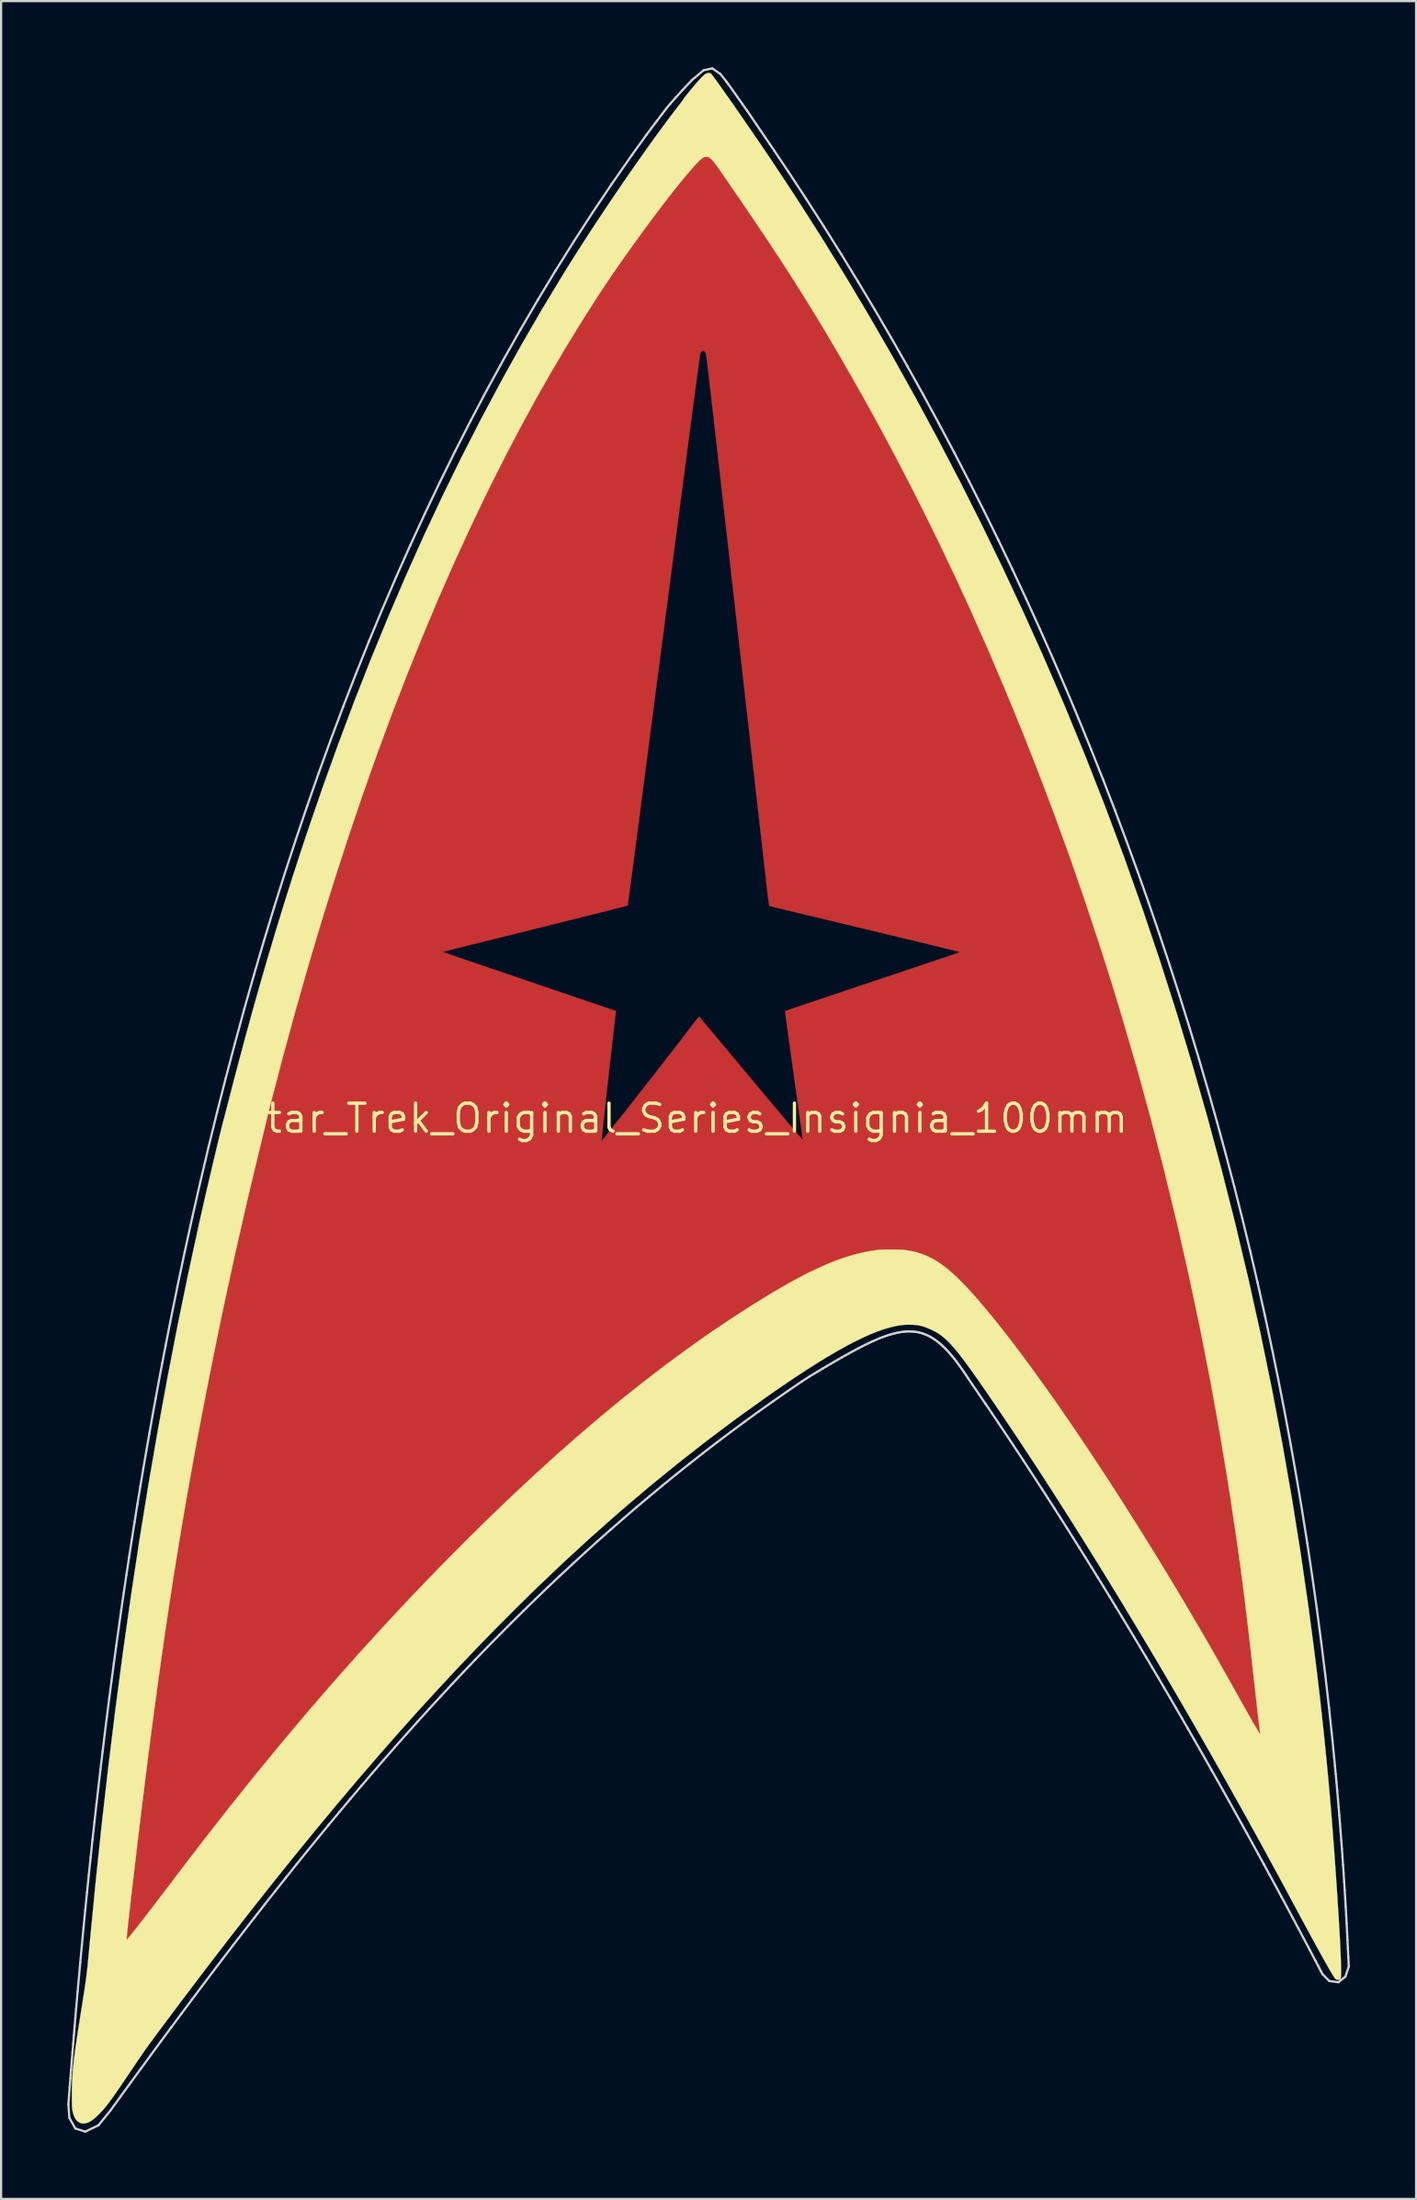
<source format=kicad_pcb>
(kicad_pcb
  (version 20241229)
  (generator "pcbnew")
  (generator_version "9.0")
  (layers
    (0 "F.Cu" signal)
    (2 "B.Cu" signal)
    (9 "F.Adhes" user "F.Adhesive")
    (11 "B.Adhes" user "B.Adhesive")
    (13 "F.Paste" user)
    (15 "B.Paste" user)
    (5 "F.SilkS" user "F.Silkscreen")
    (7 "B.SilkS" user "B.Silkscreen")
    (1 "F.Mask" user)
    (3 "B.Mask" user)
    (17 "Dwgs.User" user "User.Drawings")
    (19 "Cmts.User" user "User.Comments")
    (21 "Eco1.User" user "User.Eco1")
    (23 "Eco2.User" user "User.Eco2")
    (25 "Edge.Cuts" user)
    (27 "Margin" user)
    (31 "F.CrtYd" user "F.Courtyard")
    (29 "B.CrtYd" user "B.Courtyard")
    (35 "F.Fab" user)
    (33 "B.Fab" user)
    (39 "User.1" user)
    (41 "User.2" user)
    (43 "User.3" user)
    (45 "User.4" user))
  (footprint "Star_Trek_Original_Series_Insignia_100mm"
    (layer "F.Cu")
    (at 27.945 47.626)
    (property "Reference" "Star_Trek_Original_Series_Insignia_100mm" (at 0 0 0) (layer "F.SilkS") (effects (font (size 1.27 1.27) (thickness 0.15))))
    (attr through_hole)
    (fp_poly (pts (xy 1.072 -44.515) (xy 1.11 -44.468) (xy 1.168 -44.392) (xy 1.245 -44.291) (xy 1.337 -44.167) (xy 1.443 -44.023) (xy 1.561 -43.862) (xy 1.688 -43.688) (xy 1.822 -43.502) (xy 1.961 -43.309) (xy 2.104 -43.11) (xy 2.247 -42.909) (xy 2.332 -42.788) (xy 3.287 -41.417) (xy 4.233 -40.008) (xy 5.17 -38.567) (xy 6.092 -37.099) (xy 6.998 -35.609) (xy 7.883 -34.102) (xy 8.746 -32.583) (xy 9.582 -31.057) (xy 9.71 -30.819) (xy 10.147 -29.994) (xy 10.588 -29.147) (xy 11.028 -28.287) (xy 11.463 -27.423) (xy 11.888 -26.563) (xy 12.299 -25.718) (xy 12.691 -24.895) (xy 12.811 -24.638) (xy 13.782 -22.514) (xy 14.722 -20.362) (xy 15.629 -18.183) (xy 16.504 -15.978) (xy 17.347 -13.748) (xy 18.157 -11.492) (xy 18.935 -9.212) (xy 19.679 -6.908) (xy 20.39 -4.581) (xy 21.069 -2.231) (xy 21.713 0.142) (xy 22.325 2.536) (xy 22.902 4.95) (xy 23.446 7.386) (xy 23.955 9.841) (xy 24.431 12.316) (xy 24.871 14.809) (xy 25.278 17.32) (xy 25.65 19.849) (xy 25.987 22.395) (xy 26.023 22.691) (xy 26.121 23.498) (xy 26.215 24.302) (xy 26.305 25.096) (xy 26.389 25.872) (xy 26.466 26.624) (xy 26.537 27.343) (xy 26.553 27.506) (xy 26.567 27.661) (xy 26.581 27.806) (xy 26.594 27.934) (xy 26.604 28.039) (xy 26.612 28.114) (xy 26.617 28.152) (xy 26.627 28.227) (xy 26.245 28.341) (xy 26.113 28.379) (xy 26.002 28.408) (xy 25.917 28.428) (xy 25.863 28.437) (xy 25.845 28.435) (xy 25.831 28.413) (xy 25.8 28.357) (xy 25.753 28.274) (xy 25.693 28.167) (xy 25.624 28.04) (xy 25.547 27.899) (xy 25.495 27.802) (xy 24.825 26.577) (xy 24.152 25.368) (xy 23.476 24.175) (xy 22.798 23.001) (xy 22.119 21.846) (xy 21.44 20.713) (xy 20.761 19.601) (xy 20.085 18.514) (xy 19.411 17.452) (xy 18.741 16.417) (xy 18.075 15.41) (xy 17.415 14.432) (xy 16.761 13.485) (xy 16.114 12.571) (xy 15.475 11.69) (xy 14.846 10.845) (xy 14.226 10.036) (xy 13.617 9.265) (xy 13.158 8.7) (xy 12.843 8.328) (xy 12.543 7.993) (xy 12.256 7.694) (xy 11.979 7.429) (xy 11.71 7.198) (xy 11.448 6.997) (xy 11.19 6.826) (xy 10.934 6.683) (xy 10.678 6.567) (xy 10.421 6.477) (xy 10.159 6.409) (xy 10.055 6.389) (xy 9.84 6.361) (xy 9.597 6.346) (xy 9.339 6.345) (xy 9.08 6.358) (xy 8.83 6.385) (xy 8.795 6.39) (xy 8.366 6.47) (xy 7.914 6.585) (xy 7.438 6.736) (xy 6.939 6.922) (xy 6.417 7.143) (xy 5.871 7.4) (xy 5.302 7.691) (xy 4.709 8.018) (xy 4.65 8.053) (xy 3.749 8.586) (xy 2.834 9.158) (xy 1.906 9.769) (xy 0.966 10.418) (xy 0.014 11.105) (xy -0.949 11.829) (xy -1.923 12.589) (xy -2.906 13.386) (xy -3.899 14.217) (xy -4.901 15.084) (xy -5.911 15.984) (xy -6.929 16.919) (xy -7.953 17.886) (xy -8.983 18.886) (xy -10.02 19.918) (xy -11.061 20.981) (xy -12.107 22.075) (xy -13.156 23.2) (xy -14.209 24.354) (xy -15.264 25.537) (xy -16.322 26.749) (xy -17.38 27.989) (xy -17.962 28.681) (xy -19.018 29.959) (xy -20.06 31.248) (xy -21.092 32.554) (xy -22.119 33.881) (xy -23.144 35.234) (xy -24.172 36.619) (xy -25.103 37.899) (xy -25.264 38.122) (xy -25.402 38.314) (xy -25.519 38.475) (xy -25.616 38.61) (xy -25.696 38.719) (xy -25.76 38.806) (xy -25.81 38.873) (xy -25.847 38.922) (xy -25.874 38.955) (xy -25.891 38.975) (xy -25.902 38.984) (xy -25.907 38.985) (xy -25.908 38.98) (xy -25.908 38.979) (xy -25.906 38.951) (xy -25.9 38.884) (xy -25.89 38.782) (xy -25.877 38.648) (xy -25.86 38.485) (xy -25.842 38.297) (xy -25.82 38.088) (xy -25.797 37.86) (xy -25.773 37.618) (xy -25.747 37.364) (xy -25.72 37.102) (xy -25.692 36.835) (xy -25.665 36.568) (xy -25.637 36.302) (xy -25.61 36.042) (xy -25.584 35.791) (xy -25.56 35.553) (xy -25.536 35.33) (xy -25.515 35.126) (xy -25.496 34.945) (xy -25.479 34.791) (xy -25.473 34.734) (xy -25.171 32.073) (xy -24.846 29.426) (xy -24.499 26.797) (xy -24.129 24.187) (xy -23.737 21.598) (xy -23.324 19.032) (xy -22.889 16.491) (xy -22.434 13.976) (xy -21.957 11.49) (xy -21.46 9.035) (xy -20.943 6.611) (xy -20.406 4.222) (xy -19.85 1.868) (xy -19.846 1.852) (xy -19.805 1.68) (xy -19.766 1.519) (xy -19.728 1.367) (xy -19.692 1.219) (xy -19.655 1.072) (xy -19.618 0.924) (xy -19.58 0.771) (xy -19.539 0.61) (xy -19.495 0.438) (xy -19.447 0.251) (xy -19.394 0.047) (xy -19.336 -0.179) (xy -19.271 -0.428) (xy -19.198 -0.706) (xy -19.118 -1.014) (xy -19.028 -1.355) (xy -18.929 -1.734) (xy -18.91 -1.81) (xy -18.335 -3.957) (xy -17.744 -6.065) (xy -17.311 -7.545) (xy -10.933 -7.545) (xy -10.732 -7.474) (xy -10.665 -7.451) (xy -10.563 -7.416) (xy -10.426 -7.369) (xy -10.26 -7.312) (xy -10.067 -7.246) (xy -9.85 -7.172) (xy -9.614 -7.092) (xy -9.36 -7.005) (xy -9.094 -6.914) (xy -8.817 -6.82) (xy -8.533 -6.724) (xy -8.246 -6.626) (xy -8.244 -6.625) (xy -8.139 -6.59) (xy -7.999 -6.542) (xy -7.828 -6.484) (xy -7.632 -6.417) (xy -7.416 -6.343) (xy -7.183 -6.264) (xy -6.939 -6.181) (xy -6.69 -6.096) (xy -6.439 -6.01) (xy -6.35 -5.98) (xy -6.082 -5.889) (xy -5.801 -5.793) (xy -5.512 -5.694) (xy -5.223 -5.596) (xy -4.94 -5.499) (xy -4.67 -5.407) (xy -4.42 -5.322) (xy -4.196 -5.246) (xy -4.008 -5.182) (xy -3.073 -4.864) (xy -3.082 -4.797) (xy -3.086 -4.764) (xy -3.095 -4.693) (xy -3.107 -4.586) (xy -3.123 -4.448) (xy -3.142 -4.282) (xy -3.164 -4.091) (xy -3.188 -3.879) (xy -3.214 -3.649) (xy -3.241 -3.406) (xy -3.27 -3.151) (xy -3.3 -2.89) (xy -3.33 -2.625) (xy -3.359 -2.36) (xy -3.389 -2.098) (xy -3.418 -1.843) (xy -3.445 -1.598) (xy -3.471 -1.368) (xy -3.495 -1.154) (xy -3.516 -0.962) (xy -3.535 -0.793) (xy -3.55 -0.653) (xy -3.562 -0.544) (xy -3.566 -0.508) (xy -3.601 -0.181) (xy -3.632 0.105) (xy -3.658 0.35) (xy -3.68 0.556) (xy -3.697 0.723) (xy -3.71 0.851) (xy -3.719 0.941) (xy -3.724 0.995) (xy -3.725 1.012) (xy -3.723 1.017) (xy -3.715 1.014) (xy -3.698 0.998) (xy -3.671 0.967) (xy -3.631 0.919) (xy -3.576 0.85) (xy -3.503 0.758) (xy -3.41 0.64) (xy -3.295 0.492) (xy -3.217 0.392) (xy -3.134 0.286) (xy -3.058 0.19) (xy -2.993 0.109) (xy -2.944 0.049) (xy -2.916 0.016) (xy -2.914 0.014) (xy -2.895 -0.009) (xy -2.852 -0.062) (xy -2.788 -0.142) (xy -2.704 -0.248) (xy -2.603 -0.376) (xy -2.487 -0.525) (xy -2.356 -0.691) (xy -2.215 -0.871) (xy -2.063 -1.064) (xy -1.905 -1.267) (xy -1.741 -1.477) (xy -1.573 -1.691) (xy -1.404 -1.907) (xy -1.236 -2.122) (xy -1.071 -2.335) (xy -0.91 -2.541) (xy -0.756 -2.739) (xy -0.61 -2.926) (xy -0.475 -3.099) (xy -0.353 -3.256) (xy -0.246 -3.395) (xy -0.155 -3.512) (xy -0.084 -3.605) (xy -0.033 -3.672) (xy -0.005 -3.709) (xy 0 -3.717) (xy 0.012 -3.735) (xy 0.047 -3.782) (xy 0.099 -3.851) (xy 0.165 -3.937) (xy 0.24 -4.035) (xy 0.32 -4.139) (xy 0.402 -4.245) (xy 0.481 -4.345) (xy 0.552 -4.436) (xy 0.612 -4.511) (xy 0.648 -4.556) (xy 0.696 -4.615) (xy 3.042 -1.81) (xy 3.292 -1.511) (xy 3.534 -1.221) (xy 3.768 -0.942) (xy 3.992 -0.675) (xy 4.205 -0.423) (xy 4.404 -0.186) (xy 4.589 0.033) (xy 4.759 0.234) (xy 4.911 0.414) (xy 5.046 0.571) (xy 5.16 0.705) (xy 5.253 0.813) (xy 5.324 0.894) (xy 5.37 0.947) (xy 5.391 0.969) (xy 5.393 0.969) (xy 5.391 0.944) (xy 5.383 0.881) (xy 5.371 0.782) (xy 5.354 0.651) (xy 5.333 0.492) (xy 5.308 0.307) (xy 5.279 0.1) (xy 5.248 -0.125) (xy 5.215 -0.366) (xy 5.18 -0.62) (xy 5.177 -0.635) (xy 5.135 -0.936) (xy 5.09 -1.26) (xy 5.042 -1.599) (xy 4.994 -1.946) (xy 4.945 -2.292) (xy 4.898 -2.629) (xy 4.853 -2.95) (xy 4.812 -3.245) (xy 4.775 -3.508) (xy 4.772 -3.53) (xy 4.74 -3.761) (xy 4.71 -3.98) (xy 4.682 -4.183) (xy 4.658 -4.365) (xy 4.637 -4.525) (xy 4.62 -4.658) (xy 4.608 -4.76) (xy 4.601 -4.828) (xy 4.599 -4.859) (xy 4.599 -4.86) (xy 4.621 -4.869) (xy 4.68 -4.89) (xy 4.777 -4.923) (xy 4.908 -4.968) (xy 5.073 -5.024) (xy 5.269 -5.09) (xy 5.495 -5.166) (xy 5.749 -5.252) (xy 6.029 -5.347) (xy 6.333 -5.449) (xy 6.661 -5.559) (xy 7.009 -5.676) (xy 7.377 -5.8) (xy 7.763 -5.929) (xy 8.164 -6.064) (xy 8.58 -6.203) (xy 9.008 -6.347) (xy 9.446 -6.493) (xy 9.894 -6.643) (xy 10.348 -6.795) (xy 10.808 -6.949) (xy 11.086 -7.042) (xy 11.323 -7.121) (xy 11.548 -7.197) (xy 11.757 -7.267) (xy 11.948 -7.332) (xy 12.118 -7.39) (xy 12.263 -7.44) (xy 12.379 -7.48) (xy 12.465 -7.511) (xy 12.516 -7.529) (xy 12.531 -7.536) (xy 12.51 -7.542) (xy 12.451 -7.557) (xy 12.354 -7.581) (xy 12.222 -7.614) (xy 12.056 -7.655) (xy 11.858 -7.703) (xy 11.631 -7.759) (xy 11.376 -7.821) (xy 11.095 -7.889) (xy 10.789 -7.963) (xy 10.462 -8.042) (xy 10.115 -8.126) (xy 9.749 -8.214) (xy 9.367 -8.306) (xy 8.97 -8.401) (xy 8.561 -8.5) (xy 8.218 -8.582) (xy 7.799 -8.682) (xy 7.392 -8.78) (xy 6.997 -8.875) (xy 6.617 -8.966) (xy 6.253 -9.054) (xy 5.908 -9.136) (xy 5.584 -9.214) (xy 5.281 -9.287) (xy 5.003 -9.354) (xy 4.752 -9.415) (xy 4.528 -9.468) (xy 4.334 -9.515) (xy 4.173 -9.554) (xy 4.045 -9.585) (xy 3.953 -9.607) (xy 3.899 -9.62) (xy 3.884 -9.624) (xy 3.877 -9.646) (xy 3.866 -9.706) (xy 3.851 -9.798) (xy 3.835 -9.918) (xy 3.816 -10.062) (xy 3.796 -10.224) (xy 3.775 -10.401) (xy 3.773 -10.42) (xy 3.76 -10.538) (xy 3.742 -10.696) (xy 3.72 -10.889) (xy 3.695 -11.114) (xy 3.666 -11.367) (xy 3.634 -11.646) (xy 3.6 -11.947) (xy 3.564 -12.267) (xy 3.526 -12.601) (xy 3.487 -12.948) (xy 3.446 -13.303) (xy 3.405 -13.664) (xy 3.364 -14.026) (xy 3.355 -14.108) (xy 3.256 -14.98) (xy 3.161 -15.815) (xy 3.07 -16.619) (xy 2.982 -17.396) (xy 2.896 -18.153) (xy 2.811 -18.895) (xy 2.728 -19.626) (xy 2.646 -20.353) (xy 2.563 -21.08) (xy 2.48 -21.813) (xy 2.396 -22.556) (xy 2.309 -23.317) (xy 2.266 -23.696) (xy 2.232 -24.001) (xy 2.193 -24.344) (xy 2.15 -24.721) (xy 2.104 -25.127) (xy 2.055 -25.559) (xy 2.004 -26.013) (xy 1.95 -26.484) (xy 1.896 -26.968) (xy 1.84 -27.462) (xy 1.783 -27.96) (xy 1.727 -28.46) (xy 1.671 -28.956) (xy 1.615 -29.445) (xy 1.561 -29.923) (xy 1.509 -30.385) (xy 1.504 -30.427) (xy 1.457 -30.842) (xy 1.411 -31.246) (xy 1.367 -31.637) (xy 1.324 -32.014) (xy 1.282 -32.374) (xy 1.243 -32.715) (xy 1.206 -33.035) (xy 1.171 -33.333) (xy 1.139 -33.605) (xy 1.11 -33.85) (xy 1.084 -34.065) (xy 1.062 -34.25) (xy 1.043 -34.401) (xy 1.029 -34.517) (xy 1.018 -34.595) (xy 1.012 -34.634) (xy 1.011 -34.637) (xy 0.979 -34.703) (xy 0.935 -34.756) (xy 0.927 -34.763) (xy 0.886 -34.79) (xy 0.86 -34.793) (xy 0.83 -34.77) (xy 0.824 -34.765) (xy 0.781 -34.719) (xy 0.756 -34.682) (xy 0.753 -34.668) (xy 0.747 -34.633) (xy 0.738 -34.576) (xy 0.727 -34.498) (xy 0.712 -34.397) (xy 0.695 -34.273) (xy 0.674 -34.125) (xy 0.651 -33.953) (xy 0.624 -33.757) (xy 0.594 -33.535) (xy 0.561 -33.287) (xy 0.524 -33.013) (xy 0.484 -32.713) (xy 0.44 -32.384) (xy 0.393 -32.028) (xy 0.342 -31.644) (xy 0.287 -31.23) (xy 0.229 -30.787) (xy 0.166 -30.313) (xy 0.1 -29.809) (xy 0.03 -29.274) (xy -0.045 -28.707) (xy -0.124 -28.108) (xy -0.206 -27.476) (xy -0.294 -26.811) (xy -0.385 -26.112) (xy -0.481 -25.378) (xy -0.582 -24.61) (xy -0.687 -23.805) (xy -0.797 -22.965) (xy -0.911 -22.089) (xy -1.03 -21.175) (xy -1.155 -20.223) (xy -1.284 -19.234) (xy -1.418 -18.205) (xy -1.557 -17.138) (xy -1.702 -16.03) (xy -1.851 -14.882) (xy -2.006 -13.693) (xy -2.167 -12.463) (xy -2.167 -12.462) (xy -2.211 -12.122) (xy -2.254 -11.793) (xy -2.296 -11.479) (xy -2.335 -11.181) (xy -2.372 -10.902) (xy -2.406 -10.645) (xy -2.437 -10.411) (xy -2.465 -10.204) (xy -2.489 -10.025) (xy -2.509 -9.878) (xy -2.525 -9.764) (xy -2.536 -9.686) (xy -2.542 -9.646) (xy -2.543 -9.642) (xy -2.564 -9.636) (xy -2.625 -9.62) (xy -2.722 -9.595) (xy -2.855 -9.561) (xy -3.021 -9.519) (xy -3.219 -9.47) (xy -3.446 -9.412) (xy -3.701 -9.348) (xy -3.981 -9.278) (xy -4.285 -9.202) (xy -4.611 -9.12) (xy -4.956 -9.034) (xy -5.32 -8.943) (xy -5.699 -8.848) (xy -6.093 -8.75) (xy -6.499 -8.649) (xy -6.743 -8.588) (xy -10.933 -7.545) (xy -17.311 -7.545) (xy -17.138 -8.134) (xy -16.516 -10.165) (xy -15.879 -12.156) (xy -15.226 -14.109) (xy -14.558 -16.022) (xy -13.874 -17.897) (xy -13.175 -19.732) (xy -12.46 -21.528) (xy -11.73 -23.285) (xy -10.985 -25.002) (xy -10.224 -26.68) (xy -9.862 -27.453) (xy -9.671 -27.853) (xy -9.463 -28.281) (xy -9.243 -28.729) (xy -9.014 -29.19) (xy -8.78 -29.657) (xy -8.543 -30.123) (xy -8.308 -30.58) (xy -8.079 -31.022) (xy -7.859 -31.44) (xy -7.652 -31.829) (xy -7.615 -31.898) (xy -6.944 -33.117) (xy -6.26 -34.311) (xy -5.566 -35.477) (xy -4.861 -36.613) (xy -4.148 -37.719) (xy -3.426 -38.791) (xy -2.699 -39.829) (xy -1.966 -40.83) (xy -1.229 -41.793) (xy -0.489 -42.716) (xy -0.303 -42.942) (xy -0.216 -43.047) (xy -0.138 -43.142) (xy -0.074 -43.222) (xy -0.028 -43.28) (xy -0.003 -43.314) (xy 0 -43.319) (xy 0.013 -43.339) (xy 0.051 -43.387) (xy 0.11 -43.457) (xy 0.185 -43.546) (xy 0.274 -43.649) (xy 0.372 -43.763) (xy 0.475 -43.882) (xy 0.581 -44.003) (xy 0.684 -44.121) (xy 0.782 -44.232) (xy 0.871 -44.331) (xy 0.946 -44.415) (xy 1.005 -44.479) (xy 1.043 -44.519) (xy 1.056 -44.53) (xy 1.072 -44.515)) (stroke (width 0.01) (type solid)) (fill yes) (layer "F.Cu"))
    (fp_poly (pts (xy 1.072 -44.515) (xy 1.111 -44.468) (xy 1.17 -44.392) (xy 1.248 -44.289) (xy 1.341 -44.163) (xy 1.449 -44.016) (xy 1.569 -43.852) (xy 1.699 -43.672) (xy 1.838 -43.48) (xy 1.982 -43.279) (xy 2.131 -43.07) (xy 2.282 -42.858) (xy 2.433 -42.645) (xy 2.582 -42.433) (xy 2.727 -42.226) (xy 2.866 -42.025) (xy 2.924 -41.942) (xy 4.072 -40.248) (xy 5.193 -38.53) (xy 6.286 -36.784) (xy 7.352 -35.011) (xy 8.393 -33.209) (xy 9.409 -31.377) (xy 10.4 -29.513) (xy 11.368 -27.617) (xy 12.313 -25.687) (xy 13.235 -23.721) (xy 13.329 -23.516) (xy 14.262 -21.431) (xy 15.165 -19.315) (xy 16.038 -17.172) (xy 16.881 -15) (xy 17.693 -12.802) (xy 18.475 -10.577) (xy 19.225 -8.328) (xy 19.944 -6.054) (xy 20.632 -3.757) (xy 21.288 -1.437) (xy 21.911 0.904) (xy 22.502 3.266) (xy 23.061 5.647) (xy 23.586 8.048) (xy 24.079 10.467) (xy 24.538 12.902) (xy 24.659 13.58) (xy 24.916 15.078) (xy 25.164 16.598) (xy 25.4 18.134) (xy 25.624 19.677) (xy 25.835 21.221) (xy 26.032 22.757) (xy 26.214 24.279) (xy 26.38 25.778) (xy 26.528 27.249) (xy 26.553 27.506) (xy 26.567 27.661) (xy 26.581 27.806) (xy 26.594 27.934) (xy 26.604 28.039) (xy 26.612 28.114) (xy 26.617 28.152) (xy 26.627 28.227) (xy 26.245 28.341) (xy 26.113 28.379) (xy 26.002 28.408) (xy 25.917 28.428) (xy 25.863 28.437) (xy 25.845 28.435) (xy 25.831 28.413) (xy 25.8 28.357) (xy 25.753 28.274) (xy 25.693 28.167) (xy 25.624 28.04) (xy 25.547 27.899) (xy 25.495 27.802) (xy 24.825 26.577) (xy 24.152 25.368) (xy 23.476 24.175) (xy 22.798 23.001) (xy 22.119 21.846) (xy 21.44 20.713) (xy 20.761 19.601) (xy 20.085 18.514) (xy 19.411 17.452) (xy 18.741 16.417) (xy 18.075 15.41) (xy 17.415 14.432) (xy 16.761 13.485) (xy 16.114 12.571) (xy 15.475 11.69) (xy 14.846 10.845) (xy 14.226 10.036) (xy 13.617 9.265) (xy 13.158 8.7) (xy 12.843 8.328) (xy 12.543 7.993) (xy 12.256 7.694) (xy 11.979 7.429) (xy 11.71 7.198) (xy 11.448 6.997) (xy 11.19 6.826) (xy 10.934 6.683) (xy 10.678 6.567) (xy 10.421 6.477) (xy 10.159 6.409) (xy 10.055 6.389) (xy 9.84 6.361) (xy 9.597 6.346) (xy 9.339 6.345) (xy 9.08 6.358) (xy 8.83 6.385) (xy 8.795 6.39) (xy 8.366 6.47) (xy 7.914 6.585) (xy 7.438 6.736) (xy 6.939 6.922) (xy 6.417 7.143) (xy 5.871 7.4) (xy 5.302 7.691) (xy 4.709 8.018) (xy 4.65 8.053) (xy 3.749 8.586) (xy 2.834 9.158) (xy 1.906 9.769) (xy 0.966 10.418) (xy 0.014 11.105) (xy -0.949 11.829) (xy -1.923 12.589) (xy -2.906 13.386) (xy -3.899 14.217) (xy -4.901 15.084) (xy -5.911 15.984) (xy -6.929 16.919) (xy -7.953 17.886) (xy -8.983 18.886) (xy -10.02 19.918) (xy -11.061 20.981) (xy -12.107 22.075) (xy -13.156 23.2) (xy -14.209 24.354) (xy -15.264 25.537) (xy -16.322 26.749) (xy -17.38 27.989) (xy -17.962 28.681) (xy -19.018 29.959) (xy -20.06 31.248) (xy -21.092 32.554) (xy -22.119 33.881) (xy -23.144 35.234) (xy -24.172 36.619) (xy -25.103 37.899) (xy -25.264 38.122) (xy -25.402 38.314) (xy -25.519 38.475) (xy -25.616 38.61) (xy -25.696 38.719) (xy -25.76 38.806) (xy -25.81 38.873) (xy -25.847 38.922) (xy -25.874 38.955) (xy -25.891 38.975) (xy -25.902 38.984) (xy -25.907 38.985) (xy -25.908 38.98) (xy -25.908 38.979) (xy -25.906 38.951) (xy -25.9 38.884) (xy -25.89 38.782) (xy -25.877 38.648) (xy -25.86 38.485) (xy -25.842 38.297) (xy -25.82 38.088) (xy -25.797 37.86) (xy -25.773 37.618) (xy -25.747 37.364) (xy -25.72 37.102) (xy -25.692 36.835) (xy -25.665 36.568) (xy -25.637 36.302) (xy -25.61 36.042) (xy -25.584 35.791) (xy -25.56 35.553) (xy -25.536 35.33) (xy -25.515 35.126) (xy -25.496 34.945) (xy -25.479 34.791) (xy -25.473 34.734) (xy -25.171 32.073) (xy -24.846 29.426) (xy -24.499 26.797) (xy -24.129 24.187) (xy -23.737 21.598) (xy -23.324 19.032) (xy -22.889 16.491) (xy -22.434 13.976) (xy -21.957 11.49) (xy -21.46 9.035) (xy -20.943 6.611) (xy -20.406 4.222) (xy -19.85 1.868) (xy -19.846 1.852) (xy -19.805 1.68) (xy -19.766 1.519) (xy -19.728 1.367) (xy -19.692 1.219) (xy -19.655 1.072) (xy -19.618 0.924) (xy -19.58 0.771) (xy -19.539 0.61) (xy -19.495 0.438) (xy -19.447 0.251) (xy -19.394 0.047) (xy -19.336 -0.179) (xy -19.271 -0.428) (xy -19.198 -0.706) (xy -19.118 -1.014) (xy -19.028 -1.355) (xy -18.929 -1.734) (xy -18.91 -1.81) (xy -18.335 -3.957) (xy -17.744 -6.065) (xy -17.138 -8.134) (xy -16.516 -10.165) (xy -15.879 -12.156) (xy -15.226 -14.109) (xy -14.558 -16.022) (xy -13.874 -17.897) (xy -13.175 -19.732) (xy -12.46 -21.528) (xy -11.73 -23.285) (xy -10.985 -25.002) (xy -10.224 -26.68) (xy -9.862 -27.453) (xy -9.671 -27.853) (xy -9.463 -28.281) (xy -9.243 -28.729) (xy -9.014 -29.19) (xy -8.78 -29.657) (xy -8.543 -30.123) (xy -8.308 -30.58) (xy -8.079 -31.022) (xy -7.859 -31.44) (xy -7.652 -31.829) (xy -7.615 -31.898) (xy -6.944 -33.117) (xy -6.26 -34.311) (xy -5.566 -35.477) (xy -4.861 -36.613) (xy -4.148 -37.719) (xy -3.426 -38.791) (xy -2.699 -39.829) (xy -1.966 -40.83) (xy -1.229 -41.793) (xy -0.489 -42.716) (xy -0.303 -42.942) (xy -0.216 -43.047) (xy -0.138 -43.142) (xy -0.074 -43.222) (xy -0.028 -43.28) (xy -0.003 -43.314) (xy 0 -43.319) (xy 0.013 -43.339) (xy 0.051 -43.387) (xy 0.11 -43.457) (xy 0.185 -43.546) (xy 0.274 -43.649) (xy 0.372 -43.763) (xy 0.475 -43.882) (xy 0.581 -44.003) (xy 0.684 -44.121) (xy 0.782 -44.232) (xy 0.871 -44.331) (xy 0.946 -44.415) (xy 1.005 -44.479) (xy 1.043 -44.519) (xy 1.056 -44.53) (xy 1.072 -44.515)) (stroke (width 0.01) (type solid)) (fill yes) (layer "F.Mask"))
    (fp_poly (pts (xy 1.031 -34.758) (xy 1.033 -34.756) (xy 1.054 -34.734) (xy 1.071 -34.704) (xy 1.086 -34.659) (xy 1.1 -34.596) (xy 1.113 -34.509) (xy 1.127 -34.393) (xy 1.142 -34.244) (xy 1.154 -34.11) (xy 1.168 -33.967) (xy 1.186 -33.787) (xy 1.208 -33.571) (xy 1.235 -33.32) (xy 1.266 -33.037) (xy 1.3 -32.723) (xy 1.338 -32.378) (xy 1.379 -32.005) (xy 1.424 -31.605) (xy 1.472 -31.18) (xy 1.523 -30.731) (xy 1.576 -30.259) (xy 1.633 -29.766) (xy 1.691 -29.254) (xy 1.752 -28.724) (xy 1.815 -28.177) (xy 1.88 -27.616) (xy 1.946 -27.04) (xy 2.014 -26.453) (xy 2.083 -25.855) (xy 2.154 -25.248) (xy 2.226 -24.633) (xy 2.298 -24.013) (xy 2.371 -23.387) (xy 2.445 -22.758) (xy 2.519 -22.128) (xy 2.593 -21.497) (xy 2.667 -20.868) (xy 2.74 -20.242) (xy 2.814 -19.619) (xy 2.887 -19.003) (xy 2.959 -18.394) (xy 3.03 -17.793) (xy 3.1 -17.202) (xy 3.169 -16.624) (xy 3.237 -16.058) (xy 3.303 -15.507) (xy 3.367 -14.972) (xy 3.429 -14.455) (xy 3.489 -13.957) (xy 3.547 -13.479) (xy 3.602 -13.024) (xy 3.654 -12.592) (xy 3.704 -12.185) (xy 3.751 -11.804) (xy 3.795 -11.452) (xy 3.835 -11.129) (xy 3.872 -10.836) (xy 3.905 -10.577) (xy 3.934 -10.351) (xy 3.959 -10.161) (xy 3.98 -10.007) (xy 3.997 -9.892) (xy 4.008 -9.817) (xy 4.013 -9.796) (xy 4.023 -9.766) (xy 4.045 -9.743) (xy 4.088 -9.722) (xy 4.159 -9.698) (xy 4.198 -9.686) (xy 4.336 -9.645) (xy 4.514 -9.596) (xy 4.73 -9.537) (xy 4.982 -9.471) (xy 5.267 -9.397) (xy 5.585 -9.315) (xy 5.934 -9.227) (xy 6.311 -9.133) (xy 6.715 -9.032) (xy 7.143 -8.926) (xy 7.596 -8.816) (xy 8.069 -8.7) (xy 8.509 -8.594) (xy 8.922 -8.494) (xy 9.319 -8.397) (xy 9.696 -8.305) (xy 10.053 -8.218) (xy 10.387 -8.136) (xy 10.697 -8.059) (xy 10.98 -7.988) (xy 11.236 -7.924) (xy 11.461 -7.867) (xy 11.654 -7.817) (xy 11.814 -7.776) (xy 11.938 -7.742) (xy 12.025 -7.718) (xy 12.072 -7.702) (xy 12.073 -7.702) (xy 12.159 -7.662) (xy 12.21 -7.619) (xy 12.232 -7.566) (xy 12.234 -7.537) (xy 12.231 -7.503) (xy 12.223 -7.474) (xy 12.203 -7.446) (xy 12.17 -7.418) (xy 12.12 -7.388) (xy 12.047 -7.353) (xy 11.949 -7.312) (xy 11.821 -7.262) (xy 11.661 -7.202) (xy 11.515 -7.148) (xy 11.313 -7.074) (xy 11.094 -6.995) (xy 10.853 -6.91) (xy 10.589 -6.816) (xy 10.299 -6.714) (xy 9.979 -6.603) (xy 9.628 -6.481) (xy 9.242 -6.348) (xy 8.818 -6.202) (xy 8.805 -6.198) (xy 8.315 -6.029) (xy 7.854 -5.87) (xy 7.422 -5.719) (xy 7.021 -5.578) (xy 6.65 -5.446) (xy 6.312 -5.325) (xy 6.006 -5.214) (xy 5.735 -5.114) (xy 5.498 -5.025) (xy 5.296 -4.947) (xy 5.131 -4.881) (xy 5.003 -4.827) (xy 4.913 -4.785) (xy 4.862 -4.756) (xy 4.852 -4.747) (xy 4.839 -4.706) (xy 4.831 -4.627) (xy 4.827 -4.516) (xy 4.828 -4.375) (xy 4.833 -4.211) (xy 4.844 -4.026) (xy 4.858 -3.827) (xy 4.87 -3.693) (xy 4.881 -3.566) (xy 4.893 -3.441) (xy 4.906 -3.314) (xy 4.921 -3.179) (xy 4.939 -3.03) (xy 4.959 -2.863) (xy 4.983 -2.672) (xy 5.011 -2.452) (xy 5.043 -2.197) (xy 5.059 -2.074) (xy 5.107 -1.704) (xy 5.148 -1.373) (xy 5.184 -1.076) (xy 5.214 -0.811) (xy 5.24 -0.574) (xy 5.262 -0.361) (xy 5.279 -0.169) (xy 5.293 0.005) (xy 5.295 0.036) (xy 5.305 0.171) (xy 5.31 0.271) (xy 5.312 0.343) (xy 5.309 0.394) (xy 5.302 0.432) (xy 5.291 0.463) (xy 5.287 0.474) (xy 5.254 0.525) (xy 5.208 0.551) (xy 5.168 0.56) (xy 5.103 0.565) (xy 5.051 0.556) (xy 5.043 0.553) (xy 5.001 0.522) (xy 4.933 0.459) (xy 4.842 0.369) (xy 4.73 0.252) (xy 4.599 0.111) (xy 4.45 -0.052) (xy 4.286 -0.235) (xy 4.108 -0.436) (xy 3.919 -0.652) (xy 3.72 -0.882) (xy 3.513 -1.123) (xy 3.3 -1.373) (xy 3.268 -1.411) (xy 3.05 -1.669) (xy 2.857 -1.898) (xy 2.686 -2.1) (xy 2.536 -2.278) (xy 2.403 -2.434) (xy 2.286 -2.572) (xy 2.182 -2.693) (xy 2.089 -2.802) (xy 2.005 -2.9) (xy 1.927 -2.989) (xy 1.853 -3.074) (xy 1.78 -3.157) (xy 1.706 -3.24) (xy 1.665 -3.286) (xy 1.548 -3.417) (xy 1.424 -3.552) (xy 1.298 -3.687) (xy 1.173 -3.82) (xy 1.053 -3.945) (xy 0.94 -4.061) (xy 0.839 -4.163) (xy 0.753 -4.247) (xy 0.685 -4.311) (xy 0.639 -4.35) (xy 0.621 -4.361) (xy 0.601 -4.345) (xy 0.559 -4.3) (xy 0.5 -4.232) (xy 0.429 -4.145) (xy 0.348 -4.044) (xy 0.327 -4.016) (xy 0.243 -3.911) (xy 0.167 -3.815) (xy 0.102 -3.734) (xy 0.052 -3.675) (xy 0.024 -3.642) (xy 0.021 -3.639) (xy 0.004 -3.62) (xy -0.036 -3.569) (xy -0.099 -3.491) (xy -0.181 -3.387) (xy -0.28 -3.26) (xy -0.395 -3.114) (xy -0.524 -2.95) (xy -0.664 -2.772) (xy -0.813 -2.581) (xy -0.969 -2.382) (xy -1.13 -2.176) (xy -1.294 -1.966) (xy -1.459 -1.755) (xy -1.622 -1.546) (xy -1.783 -1.34) (xy -1.937 -1.142) (xy -2.085 -0.953) (xy -2.222 -0.776) (xy -2.348 -0.615) (xy -2.459 -0.471) (xy -2.555 -0.347) (xy -2.633 -0.247) (xy -2.69 -0.172) (xy -2.716 -0.138) (xy -2.857 0.047) (xy -2.974 0.2) (xy -3.069 0.321) (xy -3.144 0.412) (xy -3.199 0.476) (xy -3.237 0.514) (xy -3.239 0.516) (xy -3.321 0.561) (xy -3.406 0.569) (xy -3.487 0.537) (xy -3.499 0.529) (xy -3.547 0.474) (xy -3.583 0.395) (xy -3.608 0.287) (xy -3.622 0.148) (xy -3.625 -0.025) (xy -3.618 -0.237) (xy -3.617 -0.254) (xy -3.606 -0.444) (xy -3.591 -0.648) (xy -3.574 -0.869) (xy -3.553 -1.11) (xy -3.528 -1.373) (xy -3.499 -1.663) (xy -3.466 -1.983) (xy -3.428 -2.335) (xy -3.384 -2.724) (xy -3.342 -3.101) (xy -3.305 -3.431) (xy -3.275 -3.72) (xy -3.252 -3.969) (xy -3.236 -4.179) (xy -3.227 -4.351) (xy -3.225 -4.403) (xy -3.222 -4.553) (xy -3.222 -4.666) (xy -3.228 -4.75) (xy -3.239 -4.81) (xy -3.259 -4.852) (xy -3.289 -4.882) (xy -3.329 -4.907) (xy -3.345 -4.915) (xy -3.373 -4.926) (xy -3.439 -4.949) (xy -3.54 -4.984) (xy -3.674 -5.03) (xy -3.839 -5.086) (xy -4.033 -5.151) (xy -4.252 -5.225) (xy -4.495 -5.306) (xy -4.759 -5.395) (xy -5.042 -5.49) (xy -5.341 -5.59) (xy -5.654 -5.695) (xy -5.979 -5.803) (xy -6.313 -5.915) (xy -6.655 -6.029) (xy -7.001 -6.144) (xy -7.349 -6.26) (xy -7.696 -6.375) (xy -8.042 -6.49) (xy -8.382 -6.603) (xy -8.715 -6.714) (xy -9.038 -6.821) (xy -9.35 -6.924) (xy -9.647 -7.022) (xy -9.927 -7.114) (xy -10.086 -7.166) (xy -10.289 -7.234) (xy -10.479 -7.297) (xy -10.652 -7.355) (xy -10.805 -7.406) (xy -10.934 -7.451) (xy -11.035 -7.486) (xy -11.105 -7.511) (xy -11.141 -7.525) (xy -11.144 -7.527) (xy -11.121 -7.533) (xy -11.06 -7.549) (xy -10.962 -7.573) (xy -10.831 -7.606) (xy -10.668 -7.647) (xy -10.477 -7.695) (xy -10.258 -7.75) (xy -10.016 -7.811) (xy -9.752 -7.877) (xy -9.469 -7.948) (xy -9.169 -8.024) (xy -8.854 -8.102) (xy -8.528 -8.184) (xy -8.424 -8.21) (xy -7.956 -8.328) (xy -7.527 -8.436) (xy -7.133 -8.535) (xy -6.773 -8.625) (xy -6.444 -8.709) (xy -6.144 -8.785) (xy -5.869 -8.855) (xy -5.618 -8.919) (xy -5.388 -8.978) (xy -5.176 -9.033) (xy -4.98 -9.085) (xy -4.797 -9.133) (xy -4.625 -9.179) (xy -4.461 -9.223) (xy -4.303 -9.267) (xy -4.148 -9.31) (xy -3.993 -9.353) (xy -3.837 -9.397) (xy -3.677 -9.443) (xy -3.672 -9.444) (xy -3.449 -9.508) (xy -3.248 -9.568) (xy -3.073 -9.622) (xy -2.925 -9.669) (xy -2.808 -9.708) (xy -2.726 -9.739) (xy -2.68 -9.761) (xy -2.674 -9.765) (xy -2.663 -9.795) (xy -2.646 -9.866) (xy -2.624 -9.977) (xy -2.598 -10.127) (xy -2.566 -10.317) (xy -2.53 -10.544) (xy -2.49 -10.808) (xy -2.445 -11.109) (xy -2.395 -11.445) (xy -2.342 -11.815) (xy -2.284 -12.219) (xy -2.222 -12.656) (xy -2.156 -13.126) (xy -2.087 -13.626) (xy -2.014 -14.157) (xy -1.937 -14.718) (xy -1.857 -15.307) (xy -1.774 -15.925) (xy -1.687 -16.569) (xy -1.598 -17.24) (xy -1.505 -17.937) (xy -1.41 -18.658) (xy -1.312 -19.403) (xy -1.211 -20.171) (xy -1.108 -20.961) (xy -1.059 -21.336) (xy -1.008 -21.722) (xy -0.955 -22.135) (xy -0.898 -22.568) (xy -0.84 -23.016) (xy -0.781 -23.471) (xy -0.721 -23.927) (xy -0.662 -24.378) (xy -0.605 -24.816) (xy -0.55 -25.237) (xy -0.499 -25.633) (xy -0.451 -25.997) (xy -0.423 -26.215) (xy -0.382 -26.532) (xy -0.341 -26.846) (xy -0.301 -27.154) (xy -0.262 -27.45) (xy -0.225 -27.733) (xy -0.191 -27.998) (xy -0.159 -28.241) (xy -0.131 -28.46) (xy -0.107 -28.65) (xy -0.086 -28.809) (xy -0.071 -28.931) (xy -0.062 -28.998) (xy -0.017 -29.348) (xy 0.029 -29.71) (xy 0.078 -30.081) (xy 0.128 -30.458) (xy 0.178 -30.835) (xy 0.229 -31.21) (xy 0.279 -31.58) (xy 0.329 -31.939) (xy 0.377 -32.285) (xy 0.423 -32.614) (xy 0.467 -32.922) (xy 0.508 -33.206) (xy 0.546 -33.461) (xy 0.58 -33.685) (xy 0.609 -33.873) (xy 0.627 -33.983) (xy 0.661 -34.185) (xy 0.691 -34.348) (xy 0.717 -34.478) (xy 0.741 -34.578) (xy 0.765 -34.653) (xy 0.791 -34.706) (xy 0.818 -34.742) (xy 0.85 -34.765) (xy 0.887 -34.778) (xy 0.911 -34.783) (xy 0.978 -34.785) (xy 1.031 -34.758)) (stroke (width 0.01) (type solid)) (fill yes) (layer "B.Mask"))
    (fp_poly (pts (xy 1.182 -47.364) (xy 1.228 -47.347) (xy 1.232 -47.345) (xy 1.257 -47.317) (xy 1.304 -47.256) (xy 1.372 -47.165) (xy 1.459 -47.046) (xy 1.563 -46.902) (xy 1.683 -46.735) (xy 1.816 -46.547) (xy 1.962 -46.34) (xy 2.118 -46.118) (xy 2.283 -45.882) (xy 2.455 -45.634) (xy 2.633 -45.378) (xy 2.815 -45.115) (xy 2.999 -44.848) (xy 3.184 -44.579) (xy 3.367 -44.311) (xy 3.548 -44.046) (xy 3.725 -43.786) (xy 3.895 -43.534) (xy 3.941 -43.466) (xy 5.077 -41.751) (xy 6.197 -39.999) (xy 7.301 -38.212) (xy 8.388 -36.393) (xy 9.455 -34.545) (xy 10.501 -32.671) (xy 11.525 -30.773) (xy 12.526 -28.854) (xy 13.501 -26.917) (xy 14.45 -24.965) (xy 15.37 -23.001) (xy 16.261 -21.026) (xy 17.12 -19.045) (xy 17.293 -18.637) (xy 18.214 -16.399) (xy 19.103 -14.135) (xy 19.96 -11.846) (xy 20.783 -9.533) (xy 21.572 -7.196) (xy 22.328 -4.837) (xy 23.05 -2.458) (xy 23.738 -0.059) (xy 24.391 2.359) (xy 25.009 4.795) (xy 25.592 7.247) (xy 26.14 9.714) (xy 26.652 12.196) (xy 27.128 14.691) (xy 27.567 17.198) (xy 27.97 19.717) (xy 28.336 22.245) (xy 28.575 24.056) (xy 28.704 25.092) (xy 28.824 26.108) (xy 28.936 27.11) (xy 29.042 28.105) (xy 29.141 29.1) (xy 29.235 30.102) (xy 29.324 31.117) (xy 29.408 32.152) (xy 29.489 33.214) (xy 29.566 34.309) (xy 29.59 34.66) (xy 29.628 35.234) (xy 29.662 35.765) (xy 29.693 36.255) (xy 29.719 36.703) (xy 29.742 37.111) (xy 29.761 37.477) (xy 29.776 37.804) (xy 29.788 38.089) (xy 29.796 38.335) (xy 29.8 38.542) (xy 29.8 38.708) (xy 29.797 38.836) (xy 29.79 38.925) (xy 29.779 38.975) (xy 29.778 38.977) (xy 29.755 39.013) (xy 29.717 39.028) (xy 29.665 39.031) (xy 29.591 39.022) (xy 29.539 38.989) (xy 29.534 38.984) (xy 29.501 38.94) (xy 29.449 38.859) (xy 29.378 38.744) (xy 29.291 38.595) (xy 29.187 38.413) (xy 29.066 38.201) (xy 28.931 37.959) (xy 28.781 37.688) (xy 28.617 37.389) (xy 28.439 37.065) (xy 28.25 36.716) (xy 28.048 36.344) (xy 27.836 35.95) (xy 27.633 35.571) (xy 26.875 34.165) (xy 26.109 32.761) (xy 25.335 31.362) (xy 24.556 29.971) (xy 23.772 28.588) (xy 22.985 27.217) (xy 22.196 25.86) (xy 21.407 24.519) (xy 20.618 23.197) (xy 19.832 21.894) (xy 19.049 20.615) (xy 18.271 19.36) (xy 17.499 18.133) (xy 16.735 16.936) (xy 15.98 15.77) (xy 15.235 14.638) (xy 14.502 13.543) (xy 14.037 12.859) (xy 13.772 12.472) (xy 13.528 12.12) (xy 13.305 11.799) (xy 13.099 11.508) (xy 12.911 11.246) (xy 12.737 11.011) (xy 12.577 10.8) (xy 12.43 10.613) (xy 12.293 10.446) (xy 12.165 10.3) (xy 12.045 10.17) (xy 11.931 10.057) (xy 11.821 9.957) (xy 11.714 9.87) (xy 11.609 9.793) (xy 11.504 9.725) (xy 11.397 9.663) (xy 11.287 9.607) (xy 11.261 9.595) (xy 11.065 9.507) (xy 10.892 9.441) (xy 10.729 9.396) (xy 10.565 9.367) (xy 10.39 9.352) (xy 10.245 9.349) (xy 10.085 9.35) (xy 9.942 9.359) (xy 9.804 9.375) (xy 9.657 9.401) (xy 9.49 9.438) (xy 9.391 9.463) (xy 9.108 9.543) (xy 8.807 9.647) (xy 8.485 9.774) (xy 8.143 9.926) (xy 7.78 10.102) (xy 7.393 10.303) (xy 6.984 10.531) (xy 6.55 10.784) (xy 6.09 11.064) (xy 5.605 11.372) (xy 5.092 11.707) (xy 4.551 12.071) (xy 3.981 12.463) (xy 3.768 12.612) (xy 2.407 13.588) (xy 1.062 14.595) (xy -0.27 15.637) (xy -1.591 16.713) (xy -2.902 17.827) (xy -4.205 18.978) (xy -5.501 20.168) (xy -6.752 21.36) (xy -7.63 22.221) (xy -8.51 23.105) (xy -9.394 24.013) (xy -10.282 24.945) (xy -11.175 25.904) (xy -12.075 26.889) (xy -12.981 27.902) (xy -13.895 28.944) (xy -14.817 30.015) (xy -15.749 31.117) (xy -16.691 32.251) (xy -17.644 33.417) (xy -18.609 34.617) (xy -19.586 35.852) (xy -20.577 37.122) (xy -21.582 38.428) (xy -22.602 39.772) (xy -23.262 40.651) (xy -23.452 40.905) (xy -23.62 41.129) (xy -23.767 41.326) (xy -23.897 41.501) (xy -24.012 41.656) (xy -24.114 41.795) (xy -24.207 41.922) (xy -24.293 42.04) (xy -24.374 42.154) (xy -24.453 42.266) (xy -24.533 42.381) (xy -24.616 42.502) (xy -24.705 42.632) (xy -24.803 42.776) (xy -24.911 42.936) (xy -25.033 43.117) (xy -25.083 43.191) (xy -25.273 43.471) (xy -25.442 43.72) (xy -25.591 43.938) (xy -25.723 44.129) (xy -25.84 44.297) (xy -25.944 44.442) (xy -26.037 44.569) (xy -26.121 44.68) (xy -26.198 44.778) (xy -26.27 44.865) (xy -26.339 44.945) (xy -26.408 45.02) (xy -26.477 45.093) (xy -26.507 45.123) (xy -26.656 45.266) (xy -26.789 45.375) (xy -26.912 45.455) (xy -27.03 45.509) (xy -27.04 45.513) (xy -27.153 45.542) (xy -27.251 45.545) (xy -27.352 45.521) (xy -27.355 45.52) (xy -27.458 45.465) (xy -27.545 45.379) (xy -27.616 45.259) (xy -27.674 45.102) (xy -27.703 44.993) (xy -27.714 44.94) (xy -27.722 44.879) (xy -27.728 44.806) (xy -27.732 44.713) (xy -27.735 44.596) (xy -27.736 44.45) (xy -27.737 44.268) (xy -27.737 44.207) (xy -27.735 44.013) (xy -27.731 43.826) (xy -27.725 43.642) (xy -27.716 43.458) (xy -27.703 43.269) (xy -27.687 43.073) (xy -27.666 42.865) (xy -27.641 42.642) (xy -27.611 42.401) (xy -27.575 42.138) (xy -27.534 41.85) (xy -27.487 41.532) (xy -27.433 41.182) (xy -27.372 40.796) (xy -27.337 40.577) (xy -27.288 40.272) (xy -27.246 40.004) (xy -27.209 39.768) (xy -27.176 39.559) (xy -27.148 39.372) (xy -27.123 39.202) (xy -27.101 39.045) (xy -27.081 38.895) (xy -27.063 38.747) (xy -27.045 38.596) (xy -27.028 38.438) (xy -27.011 38.268) (xy -26.993 38.08) (xy -26.973 37.869) (xy -26.951 37.632) (xy -26.935 37.454) (xy -26.906 37.157) (xy -25.25 37.157) (xy -25.249 37.189) (xy -25.246 37.207) (xy -25.241 37.211) (xy -25.226 37.195) (xy -25.187 37.151) (xy -25.13 37.082) (xy -25.058 36.993) (xy -24.975 36.889) (xy -24.906 36.804) (xy -24.738 36.59) (xy -24.546 36.345) (xy -24.33 36.066) (xy -24.091 35.755) (xy -23.827 35.41) (xy -23.538 35.032) (xy -23.225 34.619) (xy -23.008 34.332) (xy -21.823 32.783) (xy -20.642 31.273) (xy -19.464 29.802) (xy -18.286 28.368) (xy -17.108 26.968) (xy -15.928 25.602) (xy -14.744 24.267) (xy -13.555 22.961) (xy -12.359 21.683) (xy -11.154 20.43) (xy -9.94 19.202) (xy -9.776 19.038) (xy -8.734 18.016) (xy -7.707 17.032) (xy -6.692 16.087) (xy -5.689 15.178) (xy -4.696 14.306) (xy -3.714 13.47) (xy -2.74 12.668) (xy -1.773 11.9) (xy -0.813 11.165) (xy 0.141 10.463) (xy 1.091 9.791) (xy 2.037 9.151) (xy 2.981 8.54) (xy 3.683 8.103) (xy 4.217 7.783) (xy 4.724 7.491) (xy 5.205 7.228) (xy 5.663 6.992) (xy 6.1 6.782) (xy 6.519 6.597) (xy 6.92 6.437) (xy 7.307 6.3) (xy 7.683 6.186) (xy 8.048 6.093) (xy 8.406 6.021) (xy 8.758 5.968) (xy 8.774 5.966) (xy 8.905 5.954) (xy 9.065 5.947) (xy 9.245 5.942) (xy 9.435 5.942) (xy 9.624 5.945) (xy 9.802 5.951) (xy 9.96 5.961) (xy 10.087 5.974) (xy 10.101 5.976) (xy 10.342 6.019) (xy 10.574 6.075) (xy 10.799 6.145) (xy 11.02 6.233) (xy 11.238 6.338) (xy 11.457 6.463) (xy 11.678 6.61) (xy 11.903 6.779) (xy 12.135 6.974) (xy 12.376 7.195) (xy 12.628 7.444) (xy 12.893 7.722) (xy 13.174 8.032) (xy 13.472 8.376) (xy 13.762 8.72) (xy 14.156 9.2) (xy 14.566 9.718) (xy 14.992 10.27) (xy 15.432 10.855) (xy 15.885 11.471) (xy 16.35 12.117) (xy 16.826 12.79) (xy 17.311 13.488) (xy 17.805 14.21) (xy 18.306 14.955) (xy 18.812 15.719) (xy 19.324 16.502) (xy 19.839 17.301) (xy 20.356 18.115) (xy 20.874 18.941) (xy 21.393 19.779) (xy 21.91 20.626) (xy 22.425 21.48) (xy 22.936 22.34) (xy 23.442 23.203) (xy 23.943 24.069) (xy 24.436 24.934) (xy 24.921 25.798) (xy 24.929 25.813) (xy 25.116 26.147) (xy 25.289 26.456) (xy 25.447 26.738) (xy 25.591 26.991) (xy 25.719 27.216) (xy 25.831 27.411) (xy 25.927 27.574) (xy 26.004 27.705) (xy 26.064 27.802) (xy 26.105 27.865) (xy 26.127 27.892) (xy 26.13 27.893) (xy 26.129 27.871) (xy 26.123 27.815) (xy 26.114 27.731) (xy 26.101 27.629) (xy 26.095 27.58) (xy 26.087 27.516) (xy 26.075 27.413) (xy 26.059 27.275) (xy 26.039 27.105) (xy 26.017 26.906) (xy 25.991 26.681) (xy 25.963 26.434) (xy 25.933 26.168) (xy 25.902 25.887) (xy 25.869 25.593) (xy 25.835 25.29) (xy 25.813 25.093) (xy 25.752 24.548) (xy 25.695 24.041) (xy 25.641 23.567) (xy 25.59 23.123) (xy 25.54 22.704) (xy 25.493 22.306) (xy 25.446 21.925) (xy 25.4 21.556) (xy 25.354 21.196) (xy 25.308 20.84) (xy 25.26 20.483) (xy 25.212 20.123) (xy 25.16 19.754) (xy 25.107 19.372) (xy 25.07 19.113) (xy 24.707 16.699) (xy 24.307 14.284) (xy 23.87 11.87) (xy 23.397 9.462) (xy 22.888 7.063) (xy 22.345 4.675) (xy 21.768 2.303) (xy 21.158 -0.051) (xy 20.516 -2.383) (xy 19.841 -4.69) (xy 19.682 -5.218) (xy 19.61 -5.453) (xy 19.545 -5.665) (xy 19.485 -5.86) (xy 19.429 -6.041) (xy 19.376 -6.214) (xy 19.322 -6.384) (xy 19.268 -6.557) (xy 19.211 -6.736) (xy 19.15 -6.928) (xy 19.083 -7.137) (xy 19.009 -7.368) (xy 18.925 -7.626) (xy 18.831 -7.917) (xy 18.773 -8.096) (xy 18.142 -9.998) (xy 17.48 -11.905) (xy 16.787 -13.811) (xy 16.068 -15.71) (xy 15.324 -17.595) (xy 14.558 -19.46) (xy 13.772 -21.299) (xy 12.97 -23.105) (xy 12.927 -23.199) (xy 12.287 -24.585) (xy 11.627 -25.971) (xy 10.951 -27.349) (xy 10.262 -28.715) (xy 9.562 -30.06) (xy 8.855 -31.381) (xy 8.145 -32.669) (xy 7.677 -33.496) (xy 7.364 -34.041) (xy 7.059 -34.568) (xy 6.759 -35.079) (xy 6.463 -35.578) (xy 6.169 -36.068) (xy 5.875 -36.552) (xy 5.578 -37.033) (xy 5.277 -37.514) (xy 4.97 -37.999) (xy 4.655 -38.49) (xy 4.329 -38.991) (xy 3.991 -39.504) (xy 3.639 -40.033) (xy 3.271 -40.58) (xy 2.885 -41.15) (xy 2.479 -41.745) (xy 2.051 -42.368) (xy 1.704 -42.87) (xy 1.565 -43.07) (xy 1.445 -43.237) (xy 1.339 -43.371) (xy 1.245 -43.471) (xy 1.159 -43.539) (xy 1.075 -43.574) (xy 0.991 -43.577) (xy 0.903 -43.546) (xy 0.807 -43.483) (xy 0.699 -43.388) (xy 0.575 -43.26) (xy 0.431 -43.1) (xy 0.264 -42.908) (xy 0.257 -42.9) (xy 0.042 -42.647) (xy -0.193 -42.361) (xy -0.445 -42.046) (xy -0.711 -41.707) (xy -0.989 -41.346) (xy -1.276 -40.967) (xy -1.569 -40.575) (xy -1.866 -40.172) (xy -2.164 -39.762) (xy -2.461 -39.349) (xy -2.753 -38.936) (xy -3.038 -38.528) (xy -3.313 -38.127) (xy -3.576 -37.738) (xy -3.824 -37.364) (xy -3.894 -37.255) (xy -4.62 -36.118) (xy -5.329 -34.964) (xy -6.022 -33.791) (xy -6.702 -32.594) (xy -7.371 -31.369) (xy -8.032 -30.112) (xy -8.687 -28.818) (xy -8.979 -28.226) (xy -9.723 -26.67) (xy -10.454 -25.074) (xy -11.171 -23.439) (xy -11.874 -21.764) (xy -12.564 -20.05) (xy -13.24 -18.297) (xy -13.903 -16.504) (xy -14.551 -14.674) (xy -15.186 -12.804) (xy -15.806 -10.896) (xy -16.412 -8.951) (xy -17.005 -6.967) (xy -17.582 -4.946) (xy -18.146 -2.887) (xy -18.656 -0.942) (xy -18.704 -0.755) (xy -18.749 -0.579) (xy -18.79 -0.418) (xy -18.825 -0.277) (xy -18.854 -0.161) (xy -18.875 -0.075) (xy -18.888 -0.023) (xy -18.89 -0.011) (xy -18.897 0.023) (xy -18.914 0.093) (xy -18.938 0.195) (xy -18.969 0.324) (xy -19.006 0.477) (xy -19.047 0.647) (xy -19.093 0.832) (xy -19.122 0.953) (xy -19.744 3.54) (xy -20.333 6.117) (xy -20.889 8.677) (xy -21.164 10.001) (xy -21.356 10.947) (xy -21.542 11.878) (xy -21.722 12.797) (xy -21.897 13.707) (xy -22.068 14.609) (xy -22.233 15.506) (xy -22.394 16.4) (xy -22.552 17.293) (xy -22.706 18.188) (xy -22.856 19.087) (xy -23.004 19.992) (xy -23.149 20.906) (xy -23.293 21.831) (xy -23.434 22.769) (xy -23.574 23.723) (xy -23.713 24.694) (xy -23.851 25.685) (xy -23.989 26.699) (xy -24.127 27.737) (xy -24.265 28.803) (xy -24.404 29.897) (xy -24.544 31.023) (xy -24.685 32.183) (xy -24.828 33.379) (xy -24.973 34.614) (xy -25.072 35.46) (xy -25.108 35.779) (xy -25.14 36.058) (xy -25.167 36.299) (xy -25.19 36.507) (xy -25.209 36.682) (xy -25.224 36.827) (xy -25.235 36.944) (xy -25.243 37.037) (xy -25.248 37.107) (xy -25.25 37.157) (xy -26.906 37.157) (xy -26.67 34.723) (xy -26.387 32.029) (xy -26.083 29.371) (xy -25.76 26.75) (xy -25.417 24.163) (xy -25.054 21.612) (xy -24.672 19.096) (xy -24.269 16.613) (xy -23.846 14.164) (xy -23.403 11.747) (xy -22.94 9.363) (xy -22.456 7.011) (xy -21.952 4.69) (xy -21.897 4.445) (xy -21.835 4.172) (xy -21.769 3.882) (xy -21.7 3.578) (xy -21.627 3.265) (xy -21.553 2.946) (xy -21.478 2.626) (xy -21.404 2.308) (xy -21.33 1.996) (xy -21.258 1.694) (xy -21.19 1.406) (xy -21.125 1.137) (xy -21.065 0.889) (xy -21.01 0.667) (xy -20.962 0.475) (xy -20.922 0.316) (xy -20.892 0.201) (xy -20.872 0.125) (xy -20.843 0.015) (xy -20.807 -0.124) (xy -20.766 -0.283) (xy -20.721 -0.457) (xy -20.674 -0.639) (xy -20.637 -0.783) (xy -20.282 -2.149) (xy -19.928 -3.476) (xy -19.574 -4.77) (xy -19.217 -6.035) (xy -18.858 -7.274) (xy -18.495 -8.492) (xy -18.126 -9.693) (xy -17.75 -10.883) (xy -17.366 -12.064) (xy -17.063 -12.975) (xy -16.366 -15.002) (xy -15.65 -16.992) (xy -14.915 -18.946) (xy -14.16 -20.864) (xy -13.385 -22.747) (xy -12.59 -24.596) (xy -11.774 -26.413) (xy -10.937 -28.197) (xy -10.078 -29.95) (xy -9.197 -31.672) (xy -8.294 -33.365) (xy -7.369 -35.029) (xy -6.42 -36.666) (xy -5.451 -38.269) (xy -5.149 -38.754) (xy -4.831 -39.256) (xy -4.5 -39.772) (xy -4.158 -40.298) (xy -3.807 -40.83) (xy -3.45 -41.365) (xy -3.09 -41.898) (xy -2.729 -42.427) (xy -2.37 -42.947) (xy -2.015 -43.454) (xy -1.667 -43.946) (xy -1.329 -44.417) (xy -1.002 -44.865) (xy -0.69 -45.286) (xy -0.396 -45.675) (xy -0.251 -45.863) (xy -0.173 -45.964) (xy -0.105 -46.053) (xy -0.051 -46.126) (xy -0.015 -46.176) (xy -0.000114 -46.199) (xy 0 -46.199) (xy 0.013 -46.222) (xy 0.049 -46.271) (xy 0.105 -46.342) (xy 0.175 -46.43) (xy 0.256 -46.531) (xy 0.344 -46.637) (xy 0.435 -46.746) (xy 0.523 -46.851) (xy 0.606 -46.947) (xy 0.629 -46.973) (xy 0.75 -47.108) (xy 0.851 -47.211) (xy 0.935 -47.286) (xy 1.005 -47.336) (xy 1.067 -47.363) (xy 1.121 -47.371) (xy 1.182 -47.364)) (stroke (width 0.01) (type solid)) (fill yes) (layer "F.SilkS"))
    (fp_line (start -27.895 44.679) (end -27.865 44.288) (stroke (width 0.1) (type solid)) (layer "Edge.Cuts"))
    (fp_line (start -27.865 44.288) (end -27.835 43.896) (stroke (width 0.1) (type solid)) (layer "Edge.Cuts"))
    (fp_line (start -27.851 45.288) (end -27.895 44.679) (stroke (width 0.1) (type solid)) (layer "Edge.Cuts"))
    (fp_line (start -27.835 43.896) (end -27.804 43.504) (stroke (width 0.1) (type solid)) (layer "Edge.Cuts"))
    (fp_line (start -27.804 43.504) (end -27.773 43.111) (stroke (width 0.1) (type solid)) (layer "Edge.Cuts"))
    (fp_line (start -27.773 43.111) (end -27.742 42.718) (stroke (width 0.1) (type solid)) (layer "Edge.Cuts"))
    (fp_line (start -27.742 42.718) (end -27.71 42.325) (stroke (width 0.1) (type solid)) (layer "Edge.Cuts"))
    (fp_line (start -27.71 42.325) (end -27.678 41.932) (stroke (width 0.1) (type solid)) (layer "Edge.Cuts"))
    (fp_line (start -27.678 41.932) (end -27.645 41.538) (stroke (width 0.1) (type solid)) (layer "Edge.Cuts"))
    (fp_line (start -27.645 41.538) (end -27.612 41.145) (stroke (width 0.1) (type solid)) (layer "Edge.Cuts"))
    (fp_line (start -27.612 41.145) (end -27.579 40.75) (stroke (width 0.1) (type solid)) (layer "Edge.Cuts"))
    (fp_line (start -27.58 45.771) (end -27.851 45.288) (stroke (width 0.1) (type solid)) (layer "Edge.Cuts"))
    (fp_line (start -27.579 40.75) (end -27.545 40.356) (stroke (width 0.1) (type solid)) (layer "Edge.Cuts"))
    (fp_line (start -27.545 40.356) (end -27.476 39.567) (stroke (width 0.1) (type solid)) (layer "Edge.Cuts"))
    (fp_line (start -27.476 39.567) (end -27.357 38.248) (stroke (width 0.1) (type solid)) (layer "Edge.Cuts"))
    (fp_line (start -27.357 38.248) (end -27.283 37.456) (stroke (width 0.1) (type solid)) (layer "Edge.Cuts"))
    (fp_line (start -27.283 37.456) (end -27.207 36.663) (stroke (width 0.1) (type solid)) (layer "Edge.Cuts"))
    (fp_line (start -27.207 36.663) (end -27.13 35.869) (stroke (width 0.1) (type solid)) (layer "Edge.Cuts"))
    (fp_line (start -27.13 35.869) (end -27.051 35.075) (stroke (width 0.1) (type solid)) (layer "Edge.Cuts"))
    (fp_line (start -27.129 45.913) (end -27.58 45.771) (stroke (width 0.1) (type solid)) (layer "Edge.Cuts"))
    (fp_line (start -27.051 35.075) (end -26.969 34.28) (stroke (width 0.1) (type solid)) (layer "Edge.Cuts"))
    (fp_line (start -26.969 34.28) (end -26.886 33.484) (stroke (width 0.1) (type solid)) (layer "Edge.Cuts"))
    (fp_line (start -26.886 33.484) (end -26.801 32.687) (stroke (width 0.1) (type solid)) (layer "Edge.Cuts"))
    (fp_line (start -26.801 32.687) (end -26.714 31.89) (stroke (width 0.1) (type solid)) (layer "Edge.Cuts"))
    (fp_line (start -26.714 31.89) (end -26.625 31.092) (stroke (width 0.1) (type solid)) (layer "Edge.Cuts"))
    (fp_line (start -26.625 31.092) (end -26.533 30.293) (stroke (width 0.1) (type solid)) (layer "Edge.Cuts"))
    (fp_line (start -26.533 30.293) (end -26.44 29.495) (stroke (width 0.1) (type solid)) (layer "Edge.Cuts"))
    (fp_line (start -26.53 45.624) (end -27.129 45.913) (stroke (width 0.1) (type solid)) (layer "Edge.Cuts"))
    (fp_line (start -26.44 29.495) (end -26.344 28.695) (stroke (width 0.1) (type solid)) (layer "Edge.Cuts"))
    (fp_line (start -26.344 28.695) (end -26.247 27.896) (stroke (width 0.1) (type solid)) (layer "Edge.Cuts"))
    (fp_line (start -26.247 27.896) (end -26.147 27.096) (stroke (width 0.1) (type solid)) (layer "Edge.Cuts"))
    (fp_line (start -26.147 27.096) (end -26.045 26.295) (stroke (width 0.1) (type solid)) (layer "Edge.Cuts"))
    (fp_line (start -26.045 26.295) (end -25.94 25.495) (stroke (width 0.1) (type solid)) (layer "Edge.Cuts"))
    (fp_line (start -25.992 44.961) (end -26.53 45.624) (stroke (width 0.1) (type solid)) (layer "Edge.Cuts"))
    (fp_line (start -25.94 25.495) (end -25.834 24.694) (stroke (width 0.1) (type solid)) (layer "Edge.Cuts"))
    (fp_line (start -25.834 24.694) (end -25.725 23.893) (stroke (width 0.1) (type solid)) (layer "Edge.Cuts"))
    (fp_line (start -25.725 23.893) (end -25.613 23.092) (stroke (width 0.1) (type solid)) (layer "Edge.Cuts"))
    (fp_line (start -25.613 23.092) (end -25.5 22.291) (stroke (width 0.1) (type solid)) (layer "Edge.Cuts"))
    (fp_line (start -25.533 44.328) (end -25.992 44.961) (stroke (width 0.1) (type solid)) (layer "Edge.Cuts"))
    (fp_line (start -25.5 22.291) (end -25.384 21.49) (stroke (width 0.1) (type solid)) (layer "Edge.Cuts"))
    (fp_line (start -25.384 21.49) (end -25.265 20.689) (stroke (width 0.1) (type solid)) (layer "Edge.Cuts"))
    (fp_line (start -25.265 20.689) (end -25.144 19.888) (stroke (width 0.1) (type solid)) (layer "Edge.Cuts"))
    (fp_line (start -25.144 19.888) (end -25.02 19.087) (stroke (width 0.1) (type solid)) (layer "Edge.Cuts"))
    (fp_line (start -25.074 43.696) (end -25.533 44.328) (stroke (width 0.1) (type solid)) (layer "Edge.Cuts"))
    (fp_line (start -25.02 19.087) (end -24.894 18.286) (stroke (width 0.1) (type solid)) (layer "Edge.Cuts"))
    (fp_line (start -24.894 18.286) (end -24.766 17.485) (stroke (width 0.1) (type solid)) (layer "Edge.Cuts"))
    (fp_line (start -24.766 17.485) (end -24.635 16.684) (stroke (width 0.1) (type solid)) (layer "Edge.Cuts"))
    (fp_line (start -24.635 16.684) (end -24.501 15.884) (stroke (width 0.1) (type solid)) (layer "Edge.Cuts"))
    (fp_line (start -24.613 43.066) (end -25.074 43.696) (stroke (width 0.1) (type solid)) (layer "Edge.Cuts"))
    (fp_line (start -24.501 15.884) (end -24.364 15.084) (stroke (width 0.1) (type solid)) (layer "Edge.Cuts"))
    (fp_line (start -24.364 15.084) (end -24.225 14.285) (stroke (width 0.1) (type solid)) (layer "Edge.Cuts"))
    (fp_line (start -24.225 14.285) (end -24.083 13.486) (stroke (width 0.1) (type solid)) (layer "Edge.Cuts"))
    (fp_line (start -24.152 42.436) (end -24.613 43.066) (stroke (width 0.1) (type solid)) (layer "Edge.Cuts"))
    (fp_line (start -24.083 13.486) (end -23.938 12.687) (stroke (width 0.1) (type solid)) (layer "Edge.Cuts"))
    (fp_line (start -23.938 12.687) (end -23.791 11.889) (stroke (width 0.1) (type solid)) (layer "Edge.Cuts"))
    (fp_line (start -23.791 11.889) (end -23.64 11.091) (stroke (width 0.1) (type solid)) (layer "Edge.Cuts"))
    (fp_line (start -23.69 41.808) (end -24.152 42.436) (stroke (width 0.1) (type solid)) (layer "Edge.Cuts"))
    (fp_line (start -23.64 11.091) (end -23.487 10.294) (stroke (width 0.1) (type solid)) (layer "Edge.Cuts"))
    (fp_line (start -23.487 10.294) (end -23.279 9.232) (stroke (width 0.1) (type solid)) (layer "Edge.Cuts"))
    (fp_line (start -23.279 9.232) (end -22.956 7.641) (stroke (width 0.1) (type solid)) (layer "Edge.Cuts"))
    (fp_line (start -23.227 41.182) (end -23.69 41.808) (stroke (width 0.1) (type solid)) (layer "Edge.Cuts"))
    (fp_line (start -22.956 7.641) (end -22.622 6.054) (stroke (width 0.1) (type solid)) (layer "Edge.Cuts"))
    (fp_line (start -22.763 40.557) (end -23.227 41.182) (stroke (width 0.1) (type solid)) (layer "Edge.Cuts"))
    (fp_line (start -22.622 6.054) (end -22.275 4.47) (stroke (width 0.1) (type solid)) (layer "Edge.Cuts"))
    (fp_line (start -22.297 39.934) (end -22.763 40.557) (stroke (width 0.1) (type solid)) (layer "Edge.Cuts"))
    (fp_line (start -22.275 4.47) (end -21.915 2.889) (stroke (width 0.1) (type solid)) (layer "Edge.Cuts"))
    (fp_line (start -21.915 2.889) (end -21.544 1.313) (stroke (width 0.1) (type solid)) (layer "Edge.Cuts"))
    (fp_line (start -21.831 39.312) (end -22.297 39.934) (stroke (width 0.1) (type solid)) (layer "Edge.Cuts"))
    (fp_line (start -21.544 1.313) (end -21.159 -0.259) (stroke (width 0.1) (type solid)) (layer "Edge.Cuts"))
    (fp_line (start -21.362 38.692) (end -21.831 39.312) (stroke (width 0.1) (type solid)) (layer "Edge.Cuts"))
    (fp_line (start -21.159 -0.259) (end -20.761 -1.826) (stroke (width 0.1) (type solid)) (layer "Edge.Cuts"))
    (fp_line (start -20.893 38.074) (end -21.362 38.692) (stroke (width 0.1) (type solid)) (layer "Edge.Cuts"))
    (fp_line (start -20.761 -1.826) (end -20.349 -3.388) (stroke (width 0.1) (type solid)) (layer "Edge.Cuts"))
    (fp_line (start -20.421 37.458) (end -20.893 38.074) (stroke (width 0.1) (type solid)) (layer "Edge.Cuts"))
    (fp_line (start -20.349 -3.388) (end -19.924 -4.944) (stroke (width 0.1) (type solid)) (layer "Edge.Cuts"))
    (fp_line (start -19.948 36.844) (end -20.421 37.458) (stroke (width 0.1) (type solid)) (layer "Edge.Cuts"))
    (fp_line (start -19.924 -4.944) (end -19.485 -6.495) (stroke (width 0.1) (type solid)) (layer "Edge.Cuts"))
    (fp_line (start -19.485 -6.495) (end -19.032 -8.039) (stroke (width 0.1) (type solid)) (layer "Edge.Cuts"))
    (fp_line (start -19.474 36.232) (end -19.948 36.844) (stroke (width 0.1) (type solid)) (layer "Edge.Cuts"))
    (fp_line (start -19.032 -8.039) (end -18.564 -9.577) (stroke (width 0.1) (type solid)) (layer "Edge.Cuts"))
    (fp_line (start -18.997 35.621) (end -19.474 36.232) (stroke (width 0.1) (type solid)) (layer "Edge.Cuts"))
    (fp_line (start -18.564 -9.577) (end -18.082 -11.108) (stroke (width 0.1) (type solid)) (layer "Edge.Cuts"))
    (fp_line (start -18.518 35.014) (end -18.997 35.621) (stroke (width 0.1) (type solid)) (layer "Edge.Cuts"))
    (fp_line (start -18.082 -11.108) (end -17.585 -12.632) (stroke (width 0.1) (type solid)) (layer "Edge.Cuts"))
    (fp_line (start -18.037 34.408) (end -18.518 35.014) (stroke (width 0.1) (type solid)) (layer "Edge.Cuts"))
    (fp_line (start -17.585 -12.632) (end -17.072 -14.148) (stroke (width 0.1) (type solid)) (layer "Edge.Cuts"))
    (fp_line (start -17.554 33.804) (end -18.037 34.408) (stroke (width 0.1) (type solid)) (layer "Edge.Cuts"))
    (fp_line (start -17.072 -14.148) (end -16.545 -15.657) (stroke (width 0.1) (type solid)) (layer "Edge.Cuts"))
    (fp_line (start -17.069 33.203) (end -17.554 33.804) (stroke (width 0.1) (type solid)) (layer "Edge.Cuts"))
    (fp_line (start -16.581 32.605) (end -17.069 33.203) (stroke (width 0.1) (type solid)) (layer "Edge.Cuts"))
    (fp_line (start -16.545 -15.657) (end -16.001 -17.157) (stroke (width 0.1) (type solid)) (layer "Edge.Cuts"))
    (fp_line (start -16.091 32.009) (end -16.581 32.605) (stroke (width 0.1) (type solid)) (layer "Edge.Cuts"))
    (fp_line (start -16.001 -17.157) (end -15.442 -18.648) (stroke (width 0.1) (type solid)) (layer "Edge.Cuts"))
    (fp_line (start -15.598 31.415) (end -16.091 32.009) (stroke (width 0.1) (type solid)) (layer "Edge.Cuts"))
    (fp_line (start -15.442 -18.648) (end -14.866 -20.13) (stroke (width 0.1) (type solid)) (layer "Edge.Cuts"))
    (fp_line (start -15.102 30.824) (end -15.598 31.415) (stroke (width 0.1) (type solid)) (layer "Edge.Cuts"))
    (fp_line (start -14.866 -20.13) (end -14.275 -21.604) (stroke (width 0.1) (type solid)) (layer "Edge.Cuts"))
    (fp_line (start -14.604 30.236) (end -15.102 30.824) (stroke (width 0.1) (type solid)) (layer "Edge.Cuts"))
    (fp_line (start -14.275 -21.604) (end -13.666 -23.067) (stroke (width 0.1) (type solid)) (layer "Edge.Cuts"))
    (fp_line (start -14.103 29.651) (end -14.604 30.236) (stroke (width 0.1) (type solid)) (layer "Edge.Cuts"))
    (fp_line (start -13.666 -23.067) (end -13.041 -24.52) (stroke (width 0.1) (type solid)) (layer "Edge.Cuts"))
    (fp_line (start -13.599 29.069) (end -14.103 29.651) (stroke (width 0.1) (type solid)) (layer "Edge.Cuts"))
    (fp_line (start -13.091 28.489) (end -13.599 29.069) (stroke (width 0.1) (type solid)) (layer "Edge.Cuts"))
    (fp_line (start -13.041 -24.52) (end -12.398 -25.963) (stroke (width 0.1) (type solid)) (layer "Edge.Cuts"))
    (fp_line (start -12.581 27.913) (end -13.091 28.489) (stroke (width 0.1) (type solid)) (layer "Edge.Cuts"))
    (fp_line (start -12.398 -25.963) (end -11.738 -27.396) (stroke (width 0.1) (type solid)) (layer "Edge.Cuts"))
    (fp_line (start -12.067 27.339) (end -12.581 27.913) (stroke (width 0.1) (type solid)) (layer "Edge.Cuts"))
    (fp_line (start -11.738 -27.396) (end -11.061 -28.817) (stroke (width 0.1) (type solid)) (layer "Edge.Cuts"))
    (fp_line (start -11.55 26.769) (end -12.067 27.339) (stroke (width 0.1) (type solid)) (layer "Edge.Cuts"))
    (fp_line (start -11.061 -28.817) (end -10.365 -30.227) (stroke (width 0.1) (type solid)) (layer "Edge.Cuts"))
    (fp_line (start -11.029 26.202) (end -11.55 26.769) (stroke (width 0.1) (type solid)) (layer "Edge.Cuts"))
    (fp_line (start -10.505 25.638) (end -11.029 26.202) (stroke (width 0.1) (type solid)) (layer "Edge.Cuts"))
    (fp_line (start -10.365 -30.227) (end -9.652 -31.625) (stroke (width 0.1) (type solid)) (layer "Edge.Cuts"))
    (fp_line (start -9.977 25.078) (end -10.505 25.638) (stroke (width 0.1) (type solid)) (layer "Edge.Cuts"))
    (fp_line (start -9.652 -31.625) (end -8.92 -33.011) (stroke (width 0.1) (type solid)) (layer "Edge.Cuts"))
    (fp_line (start -9.445 24.521) (end -9.977 25.078) (stroke (width 0.1) (type solid)) (layer "Edge.Cuts"))
    (fp_line (start -8.92 -33.011) (end -8.169 -34.384) (stroke (width 0.1) (type solid)) (layer "Edge.Cuts"))
    (fp_line (start -8.91 23.967) (end -9.445 24.521) (stroke (width 0.1) (type solid)) (layer "Edge.Cuts"))
    (fp_line (start -8.37 23.418) (end -8.91 23.967) (stroke (width 0.1) (type solid)) (layer "Edge.Cuts"))
    (fp_line (start -8.169 -34.384) (end -7.399 -35.745) (stroke (width 0.1) (type solid)) (layer "Edge.Cuts"))
    (fp_line (start -7.827 22.871) (end -8.37 23.418) (stroke (width 0.1) (type solid)) (layer "Edge.Cuts"))
    (fp_line (start -7.399 -35.745) (end -6.611 -37.092) (stroke (width 0.1) (type solid)) (layer "Edge.Cuts"))
    (fp_line (start -7.279 22.329) (end -7.827 22.871) (stroke (width 0.1) (type solid)) (layer "Edge.Cuts"))
    (fp_line (start -6.727 21.79) (end -7.279 22.329) (stroke (width 0.1) (type solid)) (layer "Edge.Cuts"))
    (fp_line (start -6.611 -37.092) (end -5.803 -38.426) (stroke (width 0.1) (type solid)) (layer "Edge.Cuts"))
    (fp_line (start -6.171 21.255) (end -6.727 21.79) (stroke (width 0.1) (type solid)) (layer "Edge.Cuts"))
    (fp_line (start -5.803 -38.426) (end -4.975 -39.746) (stroke (width 0.1) (type solid)) (layer "Edge.Cuts"))
    (fp_line (start -5.61 20.724) (end -6.171 21.255) (stroke (width 0.1) (type solid)) (layer "Edge.Cuts"))
    (fp_line (start -5.044 20.197) (end -5.61 20.724) (stroke (width 0.1) (type solid)) (layer "Edge.Cuts"))
    (fp_line (start -4.975 -39.746) (end -4.128 -41.052) (stroke (width 0.1) (type solid)) (layer "Edge.Cuts"))
    (fp_line (start -4.474 19.674) (end -5.044 20.197) (stroke (width 0.1) (type solid)) (layer "Edge.Cuts"))
    (fp_line (start -4.128 -41.052) (end -3.26 -42.343) (stroke (width 0.1) (type solid)) (layer "Edge.Cuts"))
    (fp_line (start -3.9 19.155) (end -4.474 19.674) (stroke (width 0.1) (type solid)) (layer "Edge.Cuts"))
    (fp_line (start -3.32 18.641) (end -3.9 19.155) (stroke (width 0.1) (type solid)) (layer "Edge.Cuts"))
    (fp_line (start -3.26 -42.343) (end -2.372 -43.62) (stroke (width 0.1) (type solid)) (layer "Edge.Cuts"))
    (fp_line (start -2.735 18.13) (end -3.32 18.641) (stroke (width 0.1) (type solid)) (layer "Edge.Cuts"))
    (fp_line (start -2.372 -43.62) (end -1.691 -44.566) (stroke (width 0.1) (type solid)) (layer "Edge.Cuts"))
    (fp_line (start -2.146 17.624) (end -2.735 18.13) (stroke (width 0.1) (type solid)) (layer "Edge.Cuts"))
    (fp_line (start -1.691 -44.566) (end -1.458 -44.879) (stroke (width 0.1) (type solid)) (layer "Edge.Cuts"))
    (fp_line (start -1.551 17.123) (end -2.146 17.624) (stroke (width 0.1) (type solid)) (layer "Edge.Cuts"))
    (fp_line (start -1.458 -44.879) (end -1.222 -45.19) (stroke (width 0.1) (type solid)) (layer "Edge.Cuts"))
    (fp_line (start -1.222 -45.19) (end -0.985 -45.501) (stroke (width 0.1) (type solid)) (layer "Edge.Cuts"))
    (fp_line (start -0.985 -45.501) (end -0.789 -45.76) (stroke (width 0.1) (type solid)) (layer "Edge.Cuts"))
    (fp_line (start -0.951 16.626) (end -1.551 17.123) (stroke (width 0.1) (type solid)) (layer "Edge.Cuts"))
    (fp_line (start -0.789 -45.76) (end -0.606 -45.979) (stroke (width 0.1) (type solid)) (layer "Edge.Cuts"))
    (fp_line (start -0.606 -45.979) (end -0.363 -46.255) (stroke (width 0.1) (type solid)) (layer "Edge.Cuts"))
    (fp_line (start -0.363 -46.255) (end -0.081 -46.565) (stroke (width 0.1) (type solid)) (layer "Edge.Cuts"))
    (fp_line (start -0.345 16.133) (end -0.951 16.626) (stroke (width 0.1) (type solid)) (layer "Edge.Cuts"))
    (fp_line (start -0.081 -46.565) (end 0.364 -47.041) (stroke (width 0.1) (type solid)) (layer "Edge.Cuts"))
    (fp_line (start 0.266 15.645) (end -0.345 16.133) (stroke (width 0.1) (type solid)) (layer "Edge.Cuts"))
    (fp_line (start 0.364 -47.041) (end 0.9 -47.493) (stroke (width 0.1) (type solid)) (layer "Edge.Cuts"))
    (fp_line (start 0.882 15.162) (end 0.266 15.645) (stroke (width 0.1) (type solid)) (layer "Edge.Cuts"))
    (fp_line (start 0.9 -47.493) (end 1.297 -47.576) (stroke (width 0.1) (type solid)) (layer "Edge.Cuts"))
    (fp_line (start 1.297 -47.576) (end 1.663 -47.322) (stroke (width 0.1) (type solid)) (layer "Edge.Cuts"))
    (fp_line (start 1.504 14.683) (end 0.882 15.162) (stroke (width 0.1) (type solid)) (layer "Edge.Cuts"))
    (fp_line (start 1.663 -47.322) (end 1.949 -46.963) (stroke (width 0.1) (type solid)) (layer "Edge.Cuts"))
    (fp_line (start 1.949 -46.963) (end 2.021 -46.863) (stroke (width 0.1) (type solid)) (layer "Edge.Cuts"))
    (fp_line (start 1.949 -46.963) (end 1.949 -46.963) (stroke (width 0.1) (type solid)) (layer "Edge.Cuts"))
    (fp_line (start 1.949 -46.963) (end 1.949 -46.963) (stroke (width 0.1) (type solid)) (layer "Edge.Cuts"))
    (fp_line (start 1.949 -46.963) (end 1.949 -46.963) (stroke (width 0.1) (type solid)) (layer "Edge.Cuts"))
    (fp_line (start 2.021 -46.863) (end 2.236 -46.562) (stroke (width 0.1) (type solid)) (layer "Edge.Cuts"))
    (fp_line (start 2.132 14.21) (end 1.504 14.683) (stroke (width 0.1) (type solid)) (layer "Edge.Cuts"))
    (fp_line (start 2.236 -46.562) (end 2.45 -46.26) (stroke (width 0.1) (type solid)) (layer "Edge.Cuts"))
    (fp_line (start 2.45 -46.26) (end 2.663 -45.958) (stroke (width 0.1) (type solid)) (layer "Edge.Cuts"))
    (fp_line (start 2.663 -45.958) (end 2.876 -45.655) (stroke (width 0.1) (type solid)) (layer "Edge.Cuts"))
    (fp_line (start 2.766 13.741) (end 2.132 14.21) (stroke (width 0.1) (type solid)) (layer "Edge.Cuts"))
    (fp_line (start 2.876 -45.655) (end 3.083 -45.353) (stroke (width 0.1) (type solid)) (layer "Edge.Cuts"))
    (fp_line (start 3.083 -45.353) (end 3.288 -45.05) (stroke (width 0.1) (type solid)) (layer "Edge.Cuts"))
    (fp_line (start 3.288 -45.05) (end 3.493 -44.747) (stroke (width 0.1) (type solid)) (layer "Edge.Cuts"))
    (fp_line (start 3.405 13.277) (end 2.766 13.741) (stroke (width 0.1) (type solid)) (layer "Edge.Cuts"))
    (fp_line (start 3.493 -44.747) (end 3.701 -44.442) (stroke (width 0.1) (type solid)) (layer "Edge.Cuts"))
    (fp_line (start 3.701 -44.442) (end 3.909 -44.137) (stroke (width 0.1) (type solid)) (layer "Edge.Cuts"))
    (fp_line (start 3.909 -44.137) (end 4.117 -43.831) (stroke (width 0.1) (type solid)) (layer "Edge.Cuts"))
    (fp_line (start 4.051 12.819) (end 3.405 13.277) (stroke (width 0.1) (type solid)) (layer "Edge.Cuts"))
    (fp_line (start 4.117 -43.831) (end 4.323 -43.524) (stroke (width 0.1) (type solid)) (layer "Edge.Cuts"))
    (fp_line (start 4.323 -43.524) (end 4.735 -42.909) (stroke (width 0.1) (type solid)) (layer "Edge.Cuts"))
    (fp_line (start 4.703 12.365) (end 4.051 12.819) (stroke (width 0.1) (type solid)) (layer "Edge.Cuts"))
    (fp_line (start 4.735 -42.909) (end 5.546 -41.673) (stroke (width 0.1) (type solid)) (layer "Edge.Cuts"))
    (fp_line (start 5.361 11.916) (end 4.703 12.365) (stroke (width 0.1) (type solid)) (layer "Edge.Cuts"))
    (fp_line (start 5.546 -41.673) (end 6.345 -40.428) (stroke (width 0.1) (type solid)) (layer "Edge.Cuts"))
    (fp_line (start 5.716 11.687) (end 5.361 11.916) (stroke (width 0.1) (type solid)) (layer "Edge.Cuts"))
    (fp_line (start 5.913 11.569) (end 5.716 11.687) (stroke (width 0.1) (type solid)) (layer "Edge.Cuts"))
    (fp_line (start 6.105 11.454) (end 5.913 11.569) (stroke (width 0.1) (type solid)) (layer "Edge.Cuts"))
    (fp_line (start 6.292 11.342) (end 6.105 11.454) (stroke (width 0.1) (type solid)) (layer "Edge.Cuts"))
    (fp_line (start 6.345 -40.428) (end 7.13 -39.175) (stroke (width 0.1) (type solid)) (layer "Edge.Cuts"))
    (fp_line (start 6.476 11.233) (end 6.292 11.342) (stroke (width 0.1) (type solid)) (layer "Edge.Cuts"))
    (fp_line (start 6.654 11.127) (end 6.476 11.233) (stroke (width 0.1) (type solid)) (layer "Edge.Cuts"))
    (fp_line (start 6.829 11.025) (end 6.654 11.127) (stroke (width 0.1) (type solid)) (layer "Edge.Cuts"))
    (fp_line (start 6.999 10.927) (end 6.829 11.025) (stroke (width 0.1) (type solid)) (layer "Edge.Cuts"))
    (fp_line (start 7.13 -39.175) (end 7.902 -37.913) (stroke (width 0.1) (type solid)) (layer "Edge.Cuts"))
    (fp_line (start 7.166 10.832) (end 6.999 10.927) (stroke (width 0.1) (type solid)) (layer "Edge.Cuts"))
    (fp_line (start 7.328 10.74) (end 7.166 10.832) (stroke (width 0.1) (type solid)) (layer "Edge.Cuts"))
    (fp_line (start 7.486 10.652) (end 7.328 10.74) (stroke (width 0.1) (type solid)) (layer "Edge.Cuts"))
    (fp_line (start 7.641 10.567) (end 7.486 10.652) (stroke (width 0.1) (type solid)) (layer "Edge.Cuts"))
    (fp_line (start 7.792 10.486) (end 7.641 10.567) (stroke (width 0.1) (type solid)) (layer "Edge.Cuts"))
    (fp_line (start 7.902 -37.913) (end 8.661 -36.644) (stroke (width 0.1) (type solid)) (layer "Edge.Cuts"))
    (fp_line (start 7.939 10.408) (end 7.792 10.486) (stroke (width 0.1) (type solid)) (layer "Edge.Cuts"))
    (fp_line (start 8.083 10.334) (end 7.939 10.408) (stroke (width 0.1) (type solid)) (layer "Edge.Cuts"))
    (fp_line (start 8.223 10.264) (end 8.083 10.334) (stroke (width 0.1) (type solid)) (layer "Edge.Cuts"))
    (fp_line (start 8.361 10.197) (end 8.223 10.264) (stroke (width 0.1) (type solid)) (layer "Edge.Cuts"))
    (fp_line (start 8.495 10.134) (end 8.361 10.197) (stroke (width 0.1) (type solid)) (layer "Edge.Cuts"))
    (fp_line (start 8.625 10.075) (end 8.495 10.134) (stroke (width 0.1) (type solid)) (layer "Edge.Cuts"))
    (fp_line (start 8.661 -36.644) (end 9.407 -35.367) (stroke (width 0.1) (type solid)) (layer "Edge.Cuts"))
    (fp_line (start 8.753 10.019) (end 8.625 10.075) (stroke (width 0.1) (type solid)) (layer "Edge.Cuts"))
    (fp_line (start 8.878 9.967) (end 8.753 10.019) (stroke (width 0.1) (type solid)) (layer "Edge.Cuts"))
    (fp_line (start 9 9.92) (end 8.878 9.967) (stroke (width 0.1) (type solid)) (layer "Edge.Cuts"))
    (fp_line (start 9.12 9.876) (end 9 9.92) (stroke (width 0.1) (type solid)) (layer "Edge.Cuts"))
    (fp_line (start 9.237 9.835) (end 9.12 9.876) (stroke (width 0.1) (type solid)) (layer "Edge.Cuts"))
    (fp_line (start 9.351 9.799) (end 9.237 9.835) (stroke (width 0.1) (type solid)) (layer "Edge.Cuts"))
    (fp_line (start 9.407 -35.367) (end 10.14 -34.081) (stroke (width 0.1) (type solid)) (layer "Edge.Cuts"))
    (fp_line (start 9.463 9.767) (end 9.351 9.799) (stroke (width 0.1) (type solid)) (layer "Edge.Cuts"))
    (fp_line (start 9.573 9.739) (end 9.463 9.767) (stroke (width 0.1) (type solid)) (layer "Edge.Cuts"))
    (fp_line (start 9.68 9.714) (end 9.573 9.739) (stroke (width 0.1) (type solid)) (layer "Edge.Cuts"))
    (fp_line (start 9.785 9.694) (end 9.68 9.714) (stroke (width 0.1) (type solid)) (layer "Edge.Cuts"))
    (fp_line (start 9.888 9.678) (end 9.785 9.694) (stroke (width 0.1) (type solid)) (layer "Edge.Cuts"))
    (fp_line (start 9.99 9.666) (end 9.888 9.678) (stroke (width 0.1) (type solid)) (layer "Edge.Cuts"))
    (fp_line (start 10.089 9.658) (end 9.99 9.666) (stroke (width 0.1) (type solid)) (layer "Edge.Cuts"))
    (fp_line (start 10.14 -34.081) (end 10.859 -32.788) (stroke (width 0.1) (type solid)) (layer "Edge.Cuts"))
    (fp_line (start 10.187 9.654) (end 10.089 9.658) (stroke (width 0.1) (type solid)) (layer "Edge.Cuts"))
    (fp_line (start 10.283 9.655) (end 10.187 9.654) (stroke (width 0.1) (type solid)) (layer "Edge.Cuts"))
    (fp_line (start 10.377 9.659) (end 10.283 9.655) (stroke (width 0.1) (type solid)) (layer "Edge.Cuts"))
    (fp_line (start 10.47 9.668) (end 10.377 9.659) (stroke (width 0.1) (type solid)) (layer "Edge.Cuts"))
    (fp_line (start 10.562 9.681) (end 10.47 9.668) (stroke (width 0.1) (type solid)) (layer "Edge.Cuts"))
    (fp_line (start 10.653 9.699) (end 10.562 9.681) (stroke (width 0.1) (type solid)) (layer "Edge.Cuts"))
    (fp_line (start 10.742 9.721) (end 10.653 9.699) (stroke (width 0.1) (type solid)) (layer "Edge.Cuts"))
    (fp_line (start 10.83 9.747) (end 10.742 9.721) (stroke (width 0.1) (type solid)) (layer "Edge.Cuts"))
    (fp_line (start 10.859 -32.788) (end 11.565 -31.488) (stroke (width 0.1) (type solid)) (layer "Edge.Cuts"))
    (fp_line (start 10.918 9.778) (end 10.83 9.747) (stroke (width 0.1) (type solid)) (layer "Edge.Cuts"))
    (fp_line (start 11.004 9.813) (end 10.918 9.778) (stroke (width 0.1) (type solid)) (layer "Edge.Cuts"))
    (fp_line (start 11.09 9.852) (end 11.004 9.813) (stroke (width 0.1) (type solid)) (layer "Edge.Cuts"))
    (fp_line (start 11.175 9.897) (end 11.09 9.852) (stroke (width 0.1) (type solid)) (layer "Edge.Cuts"))
    (fp_line (start 11.259 9.945) (end 11.175 9.897) (stroke (width 0.1) (type solid)) (layer "Edge.Cuts"))
    (fp_line (start 11.343 9.998) (end 11.259 9.945) (stroke (width 0.1) (type solid)) (layer "Edge.Cuts"))
    (fp_line (start 11.427 10.056) (end 11.343 9.998) (stroke (width 0.1) (type solid)) (layer "Edge.Cuts"))
    (fp_line (start 11.51 10.119) (end 11.427 10.056) (stroke (width 0.1) (type solid)) (layer "Edge.Cuts"))
    (fp_line (start 11.565 -31.488) (end 12.258 -30.18) (stroke (width 0.1) (type solid)) (layer "Edge.Cuts"))
    (fp_line (start 11.594 10.186) (end 11.51 10.119) (stroke (width 0.1) (type solid)) (layer "Edge.Cuts"))
    (fp_line (start 11.677 10.257) (end 11.594 10.186) (stroke (width 0.1) (type solid)) (layer "Edge.Cuts"))
    (fp_line (start 11.76 10.334) (end 11.677 10.257) (stroke (width 0.1) (type solid)) (layer "Edge.Cuts"))
    (fp_line (start 11.843 10.415) (end 11.76 10.334) (stroke (width 0.1) (type solid)) (layer "Edge.Cuts"))
    (fp_line (start 11.926 10.501) (end 11.843 10.415) (stroke (width 0.1) (type solid)) (layer "Edge.Cuts"))
    (fp_line (start 12.01 10.592) (end 11.926 10.501) (stroke (width 0.1) (type solid)) (layer "Edge.Cuts"))
    (fp_line (start 12.094 10.687) (end 12.01 10.592) (stroke (width 0.1) (type solid)) (layer "Edge.Cuts"))
    (fp_line (start 12.179 10.788) (end 12.094 10.687) (stroke (width 0.1) (type solid)) (layer "Edge.Cuts"))
    (fp_line (start 12.258 -30.18) (end 12.938 -28.865) (stroke (width 0.1) (type solid)) (layer "Edge.Cuts"))
    (fp_line (start 12.264 10.893) (end 12.179 10.788) (stroke (width 0.1) (type solid)) (layer "Edge.Cuts"))
    (fp_line (start 12.35 11.004) (end 12.264 10.893) (stroke (width 0.1) (type solid)) (layer "Edge.Cuts"))
    (fp_line (start 12.437 11.119) (end 12.35 11.004) (stroke (width 0.1) (type solid)) (layer "Edge.Cuts"))
    (fp_line (start 12.525 11.24) (end 12.437 11.119) (stroke (width 0.1) (type solid)) (layer "Edge.Cuts"))
    (fp_line (start 12.614 11.365) (end 12.525 11.24) (stroke (width 0.1) (type solid)) (layer "Edge.Cuts"))
    (fp_line (start 12.703 11.495) (end 12.614 11.365) (stroke (width 0.1) (type solid)) (layer "Edge.Cuts"))
    (fp_line (start 12.794 11.631) (end 12.703 11.495) (stroke (width 0.1) (type solid)) (layer "Edge.Cuts"))
    (fp_line (start 12.887 11.771) (end 12.794 11.631) (stroke (width 0.1) (type solid)) (layer "Edge.Cuts"))
    (fp_line (start 12.938 -28.865) (end 13.605 -27.543) (stroke (width 0.1) (type solid)) (layer "Edge.Cuts"))
    (fp_line (start 13.11 12.098) (end 12.887 11.771) (stroke (width 0.1) (type solid)) (layer "Edge.Cuts"))
    (fp_line (start 13.397 12.518) (end 13.11 12.098) (stroke (width 0.1) (type solid)) (layer "Edge.Cuts"))
    (fp_line (start 13.605 -27.543) (end 14.259 -26.214) (stroke (width 0.1) (type solid)) (layer "Edge.Cuts"))
    (fp_line (start 13.684 12.939) (end 13.397 12.518) (stroke (width 0.1) (type solid)) (layer "Edge.Cuts"))
    (fp_line (start 13.97 13.361) (end 13.684 12.939) (stroke (width 0.1) (type solid)) (layer "Edge.Cuts"))
    (fp_line (start 14.256 13.786) (end 13.97 13.361) (stroke (width 0.1) (type solid)) (layer "Edge.Cuts"))
    (fp_line (start 14.259 -26.214) (end 14.899 -24.878) (stroke (width 0.1) (type solid)) (layer "Edge.Cuts"))
    (fp_line (start 14.542 14.212) (end 14.256 13.786) (stroke (width 0.1) (type solid)) (layer "Edge.Cuts"))
    (fp_line (start 14.826 14.639) (end 14.542 14.212) (stroke (width 0.1) (type solid)) (layer "Edge.Cuts"))
    (fp_line (start 14.899 -24.878) (end 15.526 -23.535) (stroke (width 0.1) (type solid)) (layer "Edge.Cuts"))
    (fp_line (start 15.111 15.068) (end 14.826 14.639) (stroke (width 0.1) (type solid)) (layer "Edge.Cuts"))
    (fp_line (start 15.395 15.499) (end 15.111 15.068) (stroke (width 0.1) (type solid)) (layer "Edge.Cuts"))
    (fp_line (start 15.526 -23.535) (end 16.14 -22.185) (stroke (width 0.1) (type solid)) (layer "Edge.Cuts"))
    (fp_line (start 15.678 15.931) (end 15.395 15.499) (stroke (width 0.1) (type solid)) (layer "Edge.Cuts"))
    (fp_line (start 15.961 16.365) (end 15.678 15.931) (stroke (width 0.1) (type solid)) (layer "Edge.Cuts"))
    (fp_line (start 16.14 -22.185) (end 16.741 -20.829) (stroke (width 0.1) (type solid)) (layer "Edge.Cuts"))
    (fp_line (start 16.243 16.8) (end 15.961 16.365) (stroke (width 0.1) (type solid)) (layer "Edge.Cuts"))
    (fp_line (start 16.525 17.237) (end 16.243 16.8) (stroke (width 0.1) (type solid)) (layer "Edge.Cuts"))
    (fp_line (start 16.741 -20.829) (end 17.329 -19.467) (stroke (width 0.1) (type solid)) (layer "Edge.Cuts"))
    (fp_line (start 16.806 17.675) (end 16.525 17.237) (stroke (width 0.1) (type solid)) (layer "Edge.Cuts"))
    (fp_line (start 17.087 18.115) (end 16.806 17.675) (stroke (width 0.1) (type solid)) (layer "Edge.Cuts"))
    (fp_line (start 17.329 -19.467) (end 17.904 -18.098) (stroke (width 0.1) (type solid)) (layer "Edge.Cuts"))
    (fp_line (start 17.367 18.556) (end 17.087 18.115) (stroke (width 0.1) (type solid)) (layer "Edge.Cuts"))
    (fp_line (start 17.647 18.998) (end 17.367 18.556) (stroke (width 0.1) (type solid)) (layer "Edge.Cuts"))
    (fp_line (start 17.904 -18.098) (end 18.466 -16.724) (stroke (width 0.1) (type solid)) (layer "Edge.Cuts"))
    (fp_line (start 17.926 19.442) (end 17.647 18.998) (stroke (width 0.1) (type solid)) (layer "Edge.Cuts"))
    (fp_line (start 18.204 19.888) (end 17.926 19.442) (stroke (width 0.1) (type solid)) (layer "Edge.Cuts"))
    (fp_line (start 18.466 -16.724) (end 19.015 -15.343) (stroke (width 0.1) (type solid)) (layer "Edge.Cuts"))
    (fp_line (start 18.482 20.334) (end 18.204 19.888) (stroke (width 0.1) (type solid)) (layer "Edge.Cuts"))
    (fp_line (start 18.76 20.783) (end 18.482 20.334) (stroke (width 0.1) (type solid)) (layer "Edge.Cuts"))
    (fp_line (start 19.015 -15.343) (end 19.55 -13.957) (stroke (width 0.1) (type solid)) (layer "Edge.Cuts"))
    (fp_line (start 19.037 21.232) (end 18.76 20.783) (stroke (width 0.1) (type solid)) (layer "Edge.Cuts"))
    (fp_line (start 19.314 21.683) (end 19.037 21.232) (stroke (width 0.1) (type solid)) (layer "Edge.Cuts"))
    (fp_line (start 19.55 -13.957) (end 20.072 -12.565) (stroke (width 0.1) (type solid)) (layer "Edge.Cuts"))
    (fp_line (start 19.589 22.135) (end 19.314 21.683) (stroke (width 0.1) (type solid)) (layer "Edge.Cuts"))
    (fp_line (start 19.865 22.588) (end 19.589 22.135) (stroke (width 0.1) (type solid)) (layer "Edge.Cuts"))
    (fp_line (start 20.072 -12.565) (end 20.582 -11.167) (stroke (width 0.1) (type solid)) (layer "Edge.Cuts"))
    (fp_line (start 20.14 23.043) (end 19.865 22.588) (stroke (width 0.1) (type solid)) (layer "Edge.Cuts"))
    (fp_line (start 20.414 23.499) (end 20.14 23.043) (stroke (width 0.1) (type solid)) (layer "Edge.Cuts"))
    (fp_line (start 20.582 -11.167) (end 21.078 -9.764) (stroke (width 0.1) (type solid)) (layer "Edge.Cuts"))
    (fp_line (start 20.688 23.956) (end 20.414 23.499) (stroke (width 0.1) (type solid)) (layer "Edge.Cuts"))
    (fp_line (start 20.961 24.414) (end 20.688 23.956) (stroke (width 0.1) (type solid)) (layer "Edge.Cuts"))
    (fp_line (start 21.078 -9.764) (end 21.561 -8.355) (stroke (width 0.1) (type solid)) (layer "Edge.Cuts"))
    (fp_line (start 21.234 24.874) (end 20.961 24.414) (stroke (width 0.1) (type solid)) (layer "Edge.Cuts"))
    (fp_line (start 21.506 25.334) (end 21.234 24.874) (stroke (width 0.1) (type solid)) (layer "Edge.Cuts"))
    (fp_line (start 21.561 -8.355) (end 22.031 -6.941) (stroke (width 0.1) (type solid)) (layer "Edge.Cuts"))
    (fp_line (start 21.777 25.796) (end 21.506 25.334) (stroke (width 0.1) (type solid)) (layer "Edge.Cuts"))
    (fp_line (start 22.031 -6.941) (end 22.488 -5.523) (stroke (width 0.1) (type solid)) (layer "Edge.Cuts"))
    (fp_line (start 22.048 26.259) (end 21.777 25.796) (stroke (width 0.1) (type solid)) (layer "Edge.Cuts"))
    (fp_line (start 22.319 26.724) (end 22.048 26.259) (stroke (width 0.1) (type solid)) (layer "Edge.Cuts"))
    (fp_line (start 22.488 -5.523) (end 22.933 -4.099) (stroke (width 0.1) (type solid)) (layer "Edge.Cuts"))
    (fp_line (start 22.588 27.189) (end 22.319 26.724) (stroke (width 0.1) (type solid)) (layer "Edge.Cuts"))
    (fp_line (start 22.858 27.655) (end 22.588 27.189) (stroke (width 0.1) (type solid)) (layer "Edge.Cuts"))
    (fp_line (start 22.933 -4.099) (end 23.364 -2.67) (stroke (width 0.1) (type solid)) (layer "Edge.Cuts"))
    (fp_line (start 23.126 28.123) (end 22.858 27.655) (stroke (width 0.1) (type solid)) (layer "Edge.Cuts"))
    (fp_line (start 23.364 -2.67) (end 23.781 -1.237) (stroke (width 0.1) (type solid)) (layer "Edge.Cuts"))
    (fp_line (start 23.395 28.591) (end 23.126 28.123) (stroke (width 0.1) (type solid)) (layer "Edge.Cuts"))
    (fp_line (start 23.662 29.061) (end 23.395 28.591) (stroke (width 0.1) (type solid)) (layer "Edge.Cuts"))
    (fp_line (start 23.781 -1.237) (end 24.186 0.2) (stroke (width 0.1) (type solid)) (layer "Edge.Cuts"))
    (fp_line (start 23.929 29.532) (end 23.662 29.061) (stroke (width 0.1) (type solid)) (layer "Edge.Cuts"))
    (fp_line (start 24.186 0.2) (end 24.578 1.642) (stroke (width 0.1) (type solid)) (layer "Edge.Cuts"))
    (fp_line (start 24.196 30.003) (end 23.929 29.532) (stroke (width 0.1) (type solid)) (layer "Edge.Cuts"))
    (fp_line (start 24.461 30.476) (end 24.196 30.003) (stroke (width 0.1) (type solid)) (layer "Edge.Cuts"))
    (fp_line (start 24.578 1.642) (end 24.957 3.089) (stroke (width 0.1) (type solid)) (layer "Edge.Cuts"))
    (fp_line (start 24.727 30.95) (end 24.461 30.476) (stroke (width 0.1) (type solid)) (layer "Edge.Cuts"))
    (fp_line (start 24.957 3.089) (end 25.323 4.539) (stroke (width 0.1) (type solid)) (layer "Edge.Cuts"))
    (fp_line (start 24.991 31.425) (end 24.727 30.95) (stroke (width 0.1) (type solid)) (layer "Edge.Cuts"))
    (fp_line (start 25.255 31.9) (end 24.991 31.425) (stroke (width 0.1) (type solid)) (layer "Edge.Cuts"))
    (fp_line (start 25.323 4.539) (end 25.676 5.994) (stroke (width 0.1) (type solid)) (layer "Edge.Cuts"))
    (fp_line (start 25.519 32.377) (end 25.255 31.9) (stroke (width 0.1) (type solid)) (layer "Edge.Cuts"))
    (fp_line (start 25.676 5.994) (end 26.016 7.452) (stroke (width 0.1) (type solid)) (layer "Edge.Cuts"))
    (fp_line (start 25.782 32.854) (end 25.519 32.377) (stroke (width 0.1) (type solid)) (layer "Edge.Cuts"))
    (fp_line (start 26.016 7.452) (end 26.342 8.914) (stroke (width 0.1) (type solid)) (layer "Edge.Cuts"))
    (fp_line (start 26.044 33.333) (end 25.782 32.854) (stroke (width 0.1) (type solid)) (layer "Edge.Cuts"))
    (fp_line (start 26.306 33.812) (end 26.044 33.333) (stroke (width 0.1) (type solid)) (layer "Edge.Cuts"))
    (fp_line (start 26.342 8.914) (end 26.656 10.38) (stroke (width 0.1) (type solid)) (layer "Edge.Cuts"))
    (fp_line (start 26.567 34.292) (end 26.306 33.812) (stroke (width 0.1) (type solid)) (layer "Edge.Cuts"))
    (fp_line (start 26.656 10.38) (end 26.957 11.849) (stroke (width 0.1) (type solid)) (layer "Edge.Cuts"))
    (fp_line (start 26.828 34.773) (end 26.567 34.292) (stroke (width 0.1) (type solid)) (layer "Edge.Cuts"))
    (fp_line (start 26.957 11.849) (end 27.245 13.322) (stroke (width 0.1) (type solid)) (layer "Edge.Cuts"))
    (fp_line (start 27.088 35.255) (end 26.828 34.773) (stroke (width 0.1) (type solid)) (layer "Edge.Cuts"))
    (fp_line (start 27.245 13.322) (end 27.52 14.797) (stroke (width 0.1) (type solid)) (layer "Edge.Cuts"))
    (fp_line (start 27.347 35.738) (end 27.088 35.255) (stroke (width 0.1) (type solid)) (layer "Edge.Cuts"))
    (fp_line (start 27.52 14.797) (end 27.782 16.276) (stroke (width 0.1) (type solid)) (layer "Edge.Cuts"))
    (fp_line (start 27.606 36.221) (end 27.347 35.738) (stroke (width 0.1) (type solid)) (layer "Edge.Cuts"))
    (fp_line (start 27.782 16.276) (end 28.031 17.758) (stroke (width 0.1) (type solid)) (layer "Edge.Cuts"))
    (fp_line (start 27.864 36.705) (end 27.606 36.221) (stroke (width 0.1) (type solid)) (layer "Edge.Cuts"))
    (fp_line (start 28.031 17.758) (end 28.267 19.243) (stroke (width 0.1) (type solid)) (layer "Edge.Cuts"))
    (fp_line (start 28.121 37.19) (end 27.864 36.705) (stroke (width 0.1) (type solid)) (layer "Edge.Cuts"))
    (fp_line (start 28.267 19.243) (end 28.49 20.73) (stroke (width 0.1) (type solid)) (layer "Edge.Cuts"))
    (fp_line (start 28.378 37.676) (end 28.121 37.19) (stroke (width 0.1) (type solid)) (layer "Edge.Cuts"))
    (fp_line (start 28.49 20.73) (end 28.7 22.22) (stroke (width 0.1) (type solid)) (layer "Edge.Cuts"))
    (fp_line (start 28.635 38.163) (end 28.378 37.676) (stroke (width 0.1) (type solid)) (layer "Edge.Cuts"))
    (fp_line (start 28.7 22.22) (end 28.897 23.712) (stroke (width 0.1) (type solid)) (layer "Edge.Cuts"))
    (fp_line (start 28.762 38.406) (end 28.635 38.163) (stroke (width 0.1) (type solid)) (layer "Edge.Cuts"))
    (fp_line (start 28.826 38.528) (end 28.762 38.406) (stroke (width 0.1) (type solid)) (layer "Edge.Cuts"))
    (fp_line (start 28.89 38.65) (end 28.826 38.528) (stroke (width 0.1) (type solid)) (layer "Edge.Cuts"))
    (fp_line (start 28.897 23.712) (end 29.082 25.207) (stroke (width 0.1) (type solid)) (layer "Edge.Cuts"))
    (fp_line (start 28.954 38.772) (end 28.89 38.65) (stroke (width 0.1) (type solid)) (layer "Edge.Cuts"))
    (fp_line (start 29.082 25.207) (end 29.253 26.704) (stroke (width 0.1) (type solid)) (layer "Edge.Cuts"))
    (fp_line (start 29.253 26.704) (end 29.372 27.828) (stroke (width 0.1) (type solid)) (layer "Edge.Cuts"))
    (fp_line (start 29.262 39.088) (end 28.954 38.772) (stroke (width 0.1) (type solid)) (layer "Edge.Cuts"))
    (fp_line (start 29.372 27.828) (end 29.411 28.203) (stroke (width 0.1) (type solid)) (layer "Edge.Cuts"))
    (fp_line (start 29.411 28.203) (end 29.448 28.578) (stroke (width 0.1) (type solid)) (layer "Edge.Cuts"))
    (fp_line (start 29.448 28.578) (end 29.485 28.953) (stroke (width 0.1) (type solid)) (layer "Edge.Cuts"))
    (fp_line (start 29.485 28.953) (end 29.521 29.328) (stroke (width 0.1) (type solid)) (layer "Edge.Cuts"))
    (fp_line (start 29.521 29.328) (end 29.556 29.704) (stroke (width 0.1) (type solid)) (layer "Edge.Cuts"))
    (fp_line (start 29.556 29.704) (end 29.591 30.079) (stroke (width 0.1) (type solid)) (layer "Edge.Cuts"))
    (fp_line (start 29.591 30.079) (end 29.624 30.455) (stroke (width 0.1) (type solid)) (layer "Edge.Cuts"))
    (fp_line (start 29.624 30.455) (end 29.657 30.83) (stroke (width 0.1) (type solid)) (layer "Edge.Cuts"))
    (fp_line (start 29.657 30.83) (end 29.689 31.206) (stroke (width 0.1) (type solid)) (layer "Edge.Cuts"))
    (fp_line (start 29.673 39.143) (end 29.262 39.088) (stroke (width 0.1) (type solid)) (layer "Edge.Cuts"))
    (fp_line (start 29.689 31.206) (end 29.72 31.582) (stroke (width 0.1) (type solid)) (layer "Edge.Cuts"))
    (fp_line (start 29.72 31.582) (end 29.75 31.958) (stroke (width 0.1) (type solid)) (layer "Edge.Cuts"))
    (fp_line (start 29.75 31.958) (end 29.78 32.334) (stroke (width 0.1) (type solid)) (layer "Edge.Cuts"))
    (fp_line (start 29.78 32.334) (end 29.809 32.711) (stroke (width 0.1) (type solid)) (layer "Edge.Cuts"))
    (fp_line (start 29.809 32.711) (end 29.837 33.087) (stroke (width 0.1) (type solid)) (layer "Edge.Cuts"))
    (fp_line (start 29.837 33.087) (end 29.864 33.463) (stroke (width 0.1) (type solid)) (layer "Edge.Cuts"))
    (fp_line (start 29.864 33.463) (end 29.89 33.84) (stroke (width 0.1) (type solid)) (layer "Edge.Cuts"))
    (fp_line (start 29.89 33.84) (end 29.915 34.216) (stroke (width 0.1) (type solid)) (layer "Edge.Cuts"))
    (fp_line (start 29.915 34.216) (end 29.94 34.593) (stroke (width 0.1) (type solid)) (layer "Edge.Cuts"))
    (fp_line (start 29.94 34.593) (end 29.964 34.97) (stroke (width 0.1) (type solid)) (layer "Edge.Cuts"))
    (fp_line (start 29.964 34.97) (end 29.987 35.347) (stroke (width 0.1) (type solid)) (layer "Edge.Cuts"))
    (fp_line (start 29.987 35.347) (end 30.009 35.724) (stroke (width 0.1) (type solid)) (layer "Edge.Cuts"))
    (fp_line (start 29.994 38.893) (end 29.673 39.143) (stroke (width 0.1) (type solid)) (layer "Edge.Cuts"))
    (fp_line (start 30.009 35.724) (end 30.031 36.101) (stroke (width 0.1) (type solid)) (layer "Edge.Cuts"))
    (fp_line (start 30.031 36.101) (end 30.051 36.478) (stroke (width 0.1) (type solid)) (layer "Edge.Cuts"))
    (fp_line (start 30.051 36.478) (end 30.071 36.855) (stroke (width 0.1) (type solid)) (layer "Edge.Cuts"))
    (fp_line (start 30.071 36.855) (end 30.09 37.232) (stroke (width 0.1) (type solid)) (layer "Edge.Cuts"))
    (fp_line (start 30.09 37.232) (end 30.109 37.609) (stroke (width 0.1) (type solid)) (layer "Edge.Cuts"))
    (fp_line (start 30.109 37.609) (end 30.126 37.987) (stroke (width 0.1) (type solid)) (layer "Edge.Cuts"))
    (fp_line (start 30.126 37.987) (end 30.15 38.429) (stroke (width 0.1) (type solid)) (layer "Edge.Cuts"))
    (fp_line (start 30.15 38.429) (end 29.994 38.893) (stroke (width 0.1) (type solid)) (layer "Edge.Cuts")))
  (gr_rect
    (start -3 -3)
    (end 61.145 96.59)
    (stroke (width 0.1) (type default))
    (fill no)
    (layer "Edge.Cuts")))
</source>
